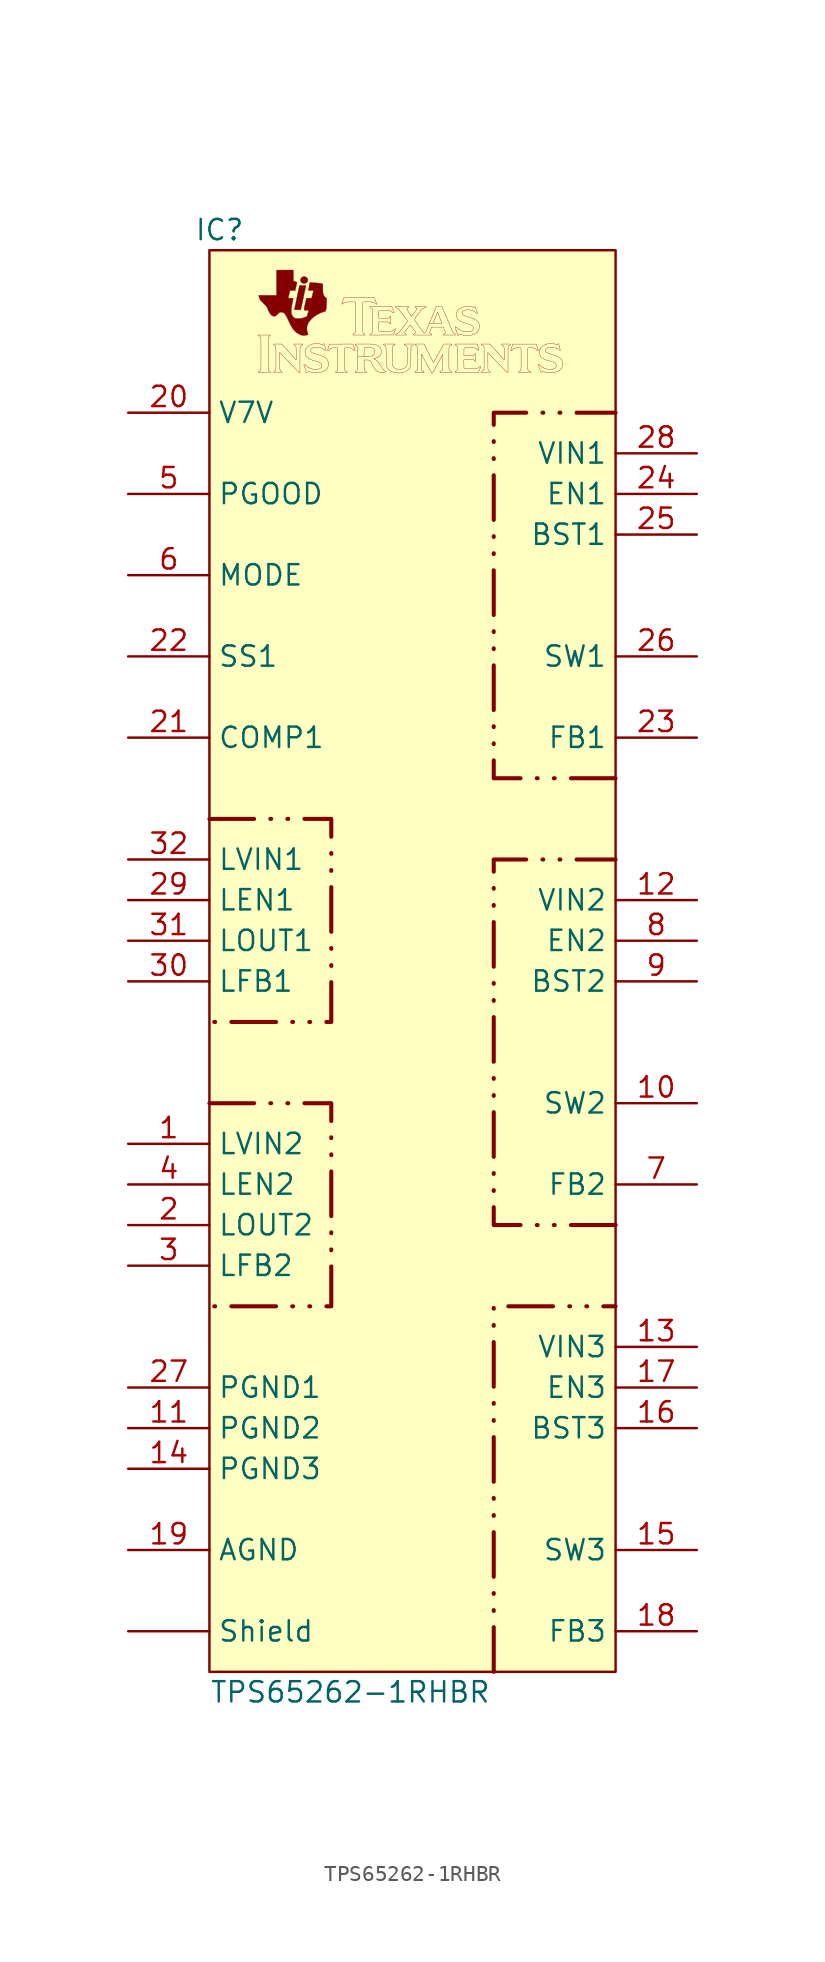
<source format=kicad_sym>
(kicad_symbol_lib
  (version 20241209)
  (generator "kicad_symbol_editor")
  (generator_version "9.0")
  (symbol "TPS65262-1RHBR"
    (property "Reference" "IC"
      (at 0.635 90.17 0)
      (effects (font (size 1.27 1.27))))
    (property "Value" "TPS65262-1RHBR"
      (at 0 -1.27 0)
      (effects (font (size 1.27 1.27)) (justify left)))
    (symbol "TPS65262-1RHBR_0_0"
      (polyline (pts (xy 3.81 81.28) (xy 3.808 81.298) (xy 3.8 81.311) (xy 3.781 81.322) (xy 3.766 81.331) (xy 3.723 81.366) (xy 3.69 81.413) (xy 3.673 81.444) (xy 3.673 82.436) (xy 3.673 83.429) (xy 3.69 83.46) (xy 3.699 83.476) (xy 3.736 83.519) (xy 3.781 83.551) (xy 3.802 83.566) (xy 3.81 83.581) (xy 3.81 83.584) (xy 3.808 83.587) (xy 3.804 83.59) (xy 3.796 83.592) (xy 3.782 83.593) (xy 3.762 83.595) (xy 3.734 83.596) (xy 3.697 83.596) (xy 3.649 83.596) (xy 3.59 83.597) (xy 3.517 83.597) (xy 3.43 83.597) (xy 3.051 83.597) (xy 3.054 83.58) (xy 3.057 83.572) (xy 3.071 83.56) (xy 3.098 83.548) (xy 3.111 83.542) (xy 3.143 83.524) (xy 3.17 83.502) (xy 3.176 83.496) (xy 3.183 83.49) (xy 3.19 83.483) (xy 3.196 83.475) (xy 3.2 83.466) (xy 3.205 83.455) (xy 3.209 83.44) (xy 3.212 83.422) (xy 3.215 83.398) (xy 3.217 83.369) (xy 3.219 83.333) (xy 3.221 83.29) (xy 3.222 83.239) (xy 3.223 83.179) (xy 3.223 83.109) (xy 3.224 83.028) (xy 3.224 82.936) (xy 3.224 82.832) (xy 3.224 82.714) (xy 3.224 82.583) (xy 3.224 82.436) (xy 3.224 82.32) (xy 3.224 82.185) (xy 3.224 82.065) (xy 3.224 81.958) (xy 3.224 81.863) (xy 3.223 81.78) (xy 3.223 81.708) (xy 3.222 81.646) (xy 3.221 81.593) (xy 3.219 81.548) (xy 3.218 81.511) (xy 3.215 81.481) (xy 3.213 81.456) (xy 3.209 81.436) (xy 3.206 81.421) (xy 3.201 81.409) (xy 3.197 81.4) (xy 3.191 81.392) (xy 3.185 81.385) (xy 3.178 81.378) (xy 3.17 81.37) (xy 3.159 81.361) (xy 3.129 81.34) (xy 3.098 81.325) (xy 3.078 81.317) (xy 3.063 81.308) (xy 3.056 81.298) (xy 3.054 81.281) (xy 3.051 81.253) (xy 3.431 81.253) (xy 3.81 81.253) (xy 3.81 81.28)) (stroke (width 0.01) (type default)) (fill (type color) (color 0 0 0 1)))
      (polyline (pts (xy 4.544 81.279) (xy 4.543 81.293) (xy 4.538 81.305) (xy 4.525 81.316) (xy 4.501 81.33) (xy 4.495 81.334) (xy 4.453 81.368) (xy 4.422 81.413) (xy 4.404 81.467) (xy 4.402 81.48) (xy 4.401 81.51) (xy 4.399 81.555) (xy 4.399 81.616) (xy 4.398 81.692) (xy 4.397 81.782) (xy 4.397 81.887) (xy 4.398 82.007) (xy 4.4 82.506) (xy 5 81.88) (xy 5.01 81.87) (xy 5.102 81.773) (xy 5.184 81.687) (xy 5.257 81.612) (xy 5.321 81.545) (xy 5.376 81.487) (xy 5.424 81.438) (xy 5.465 81.396) (xy 5.5 81.361) (xy 5.529 81.332) (xy 5.552 81.309) (xy 5.571 81.29) (xy 5.587 81.277) (xy 5.598 81.267) (xy 5.608 81.26) (xy 5.615 81.256) (xy 5.621 81.254) (xy 5.626 81.253) (xy 5.631 81.253) (xy 5.661 81.253) (xy 5.663 82.048) (xy 5.666 82.843) (xy 5.683 82.876) (xy 5.708 82.91) (xy 5.748 82.942) (xy 5.798 82.967) (xy 5.809 82.972) (xy 5.825 82.98) (xy 5.832 82.991) (xy 5.834 83.007) (xy 5.834 83.034) (xy 5.556 83.034) (xy 5.279 83.034) (xy 5.279 83.008) (xy 5.279 82.998) (xy 5.283 82.986) (xy 5.295 82.976) (xy 5.317 82.965) (xy 5.358 82.94) (xy 5.392 82.905) (xy 5.413 82.864) (xy 5.414 82.859) (xy 5.416 82.839) (xy 5.418 82.807) (xy 5.419 82.764) (xy 5.421 82.713) (xy 5.423 82.655) (xy 5.424 82.591) (xy 5.425 82.524) (xy 5.426 82.455) (xy 5.426 82.387) (xy 5.426 82.32) (xy 5.427 82.256) (xy 5.426 82.198) (xy 5.426 82.147) (xy 5.425 82.104) (xy 5.424 82.072) (xy 5.422 82.051) (xy 5.42 82.045) (xy 5.417 82.049) (xy 5.404 82.062) (xy 5.381 82.087) (xy 5.351 82.12) (xy 5.312 82.162) (xy 5.267 82.211) (xy 5.216 82.267) (xy 5.159 82.329) (xy 5.098 82.396) (xy 5.033 82.468) (xy 4.966 82.542) (xy 4.518 83.034) (xy 4.27 83.034) (xy 4.021 83.034) (xy 4.021 83.008) (xy 4.022 82.994) (xy 4.027 82.983) (xy 4.04 82.973) (xy 4.064 82.96) (xy 4.068 82.958) (xy 4.108 82.93) (xy 4.136 82.894) (xy 4.153 82.847) (xy 4.155 82.832) (xy 4.156 82.804) (xy 4.157 82.762) (xy 4.158 82.71) (xy 4.159 82.647) (xy 4.16 82.576) (xy 4.16 82.498) (xy 4.161 82.414) (xy 4.161 82.326) (xy 4.161 82.235) (xy 4.161 82.143) (xy 4.161 82.05) (xy 4.161 81.96) (xy 4.161 81.872) (xy 4.16 81.788) (xy 4.16 81.71) (xy 4.159 81.639) (xy 4.158 81.576) (xy 4.157 81.524) (xy 4.156 81.483) (xy 4.155 81.454) (xy 4.153 81.44) (xy 4.152 81.436) (xy 4.134 81.39) (xy 4.106 81.354) (xy 4.064 81.327) (xy 4.042 81.315) (xy 4.028 81.305) (xy 4.022 81.294) (xy 4.021 81.279) (xy 4.021 81.253) (xy 4.283 81.253) (xy 4.544 81.253) (xy 4.544 81.279)) (stroke (width 0.01) (type default)) (fill (type color) (color 0 0 0 1)))
      (polyline (pts (xy 5.731 85.255) (xy 5.734 85.27) (xy 5.744 85.317) (xy 5.755 85.365) (xy 5.763 85.405) (xy 5.764 85.411) (xy 5.783 85.501) (xy 5.8 85.578) (xy 5.813 85.643) (xy 5.825 85.7) (xy 5.826 85.705) (xy 5.833 85.737) (xy 5.843 85.781) (xy 5.853 85.831) (xy 5.865 85.886) (xy 5.876 85.941) (xy 5.877 85.946) (xy 5.889 86.003) (xy 5.901 86.061) (xy 5.913 86.117) (xy 5.923 86.165) (xy 5.931 86.202) (xy 5.939 86.238) (xy 5.947 86.277) (xy 5.954 86.309) (xy 5.959 86.331) (xy 5.96 86.336) (xy 5.965 86.361) (xy 5.972 86.395) (xy 5.981 86.436) (xy 5.99 86.48) (xy 5.993 86.493) (xy 6.002 86.536) (xy 6.01 86.577) (xy 6.017 86.61) (xy 6.022 86.632) (xy 6.024 86.645) (xy 6.029 86.669) (xy 6.034 86.685) (xy 6.034 86.686) (xy 6.034 86.69) (xy 6.03 86.693) (xy 6.021 86.695) (xy 6.005 86.697) (xy 5.98 86.698) (xy 5.944 86.698) (xy 5.897 86.698) (xy 5.836 86.698) (xy 5.633 86.698) (xy 5.612 86.595) (xy 5.602 86.551) (xy 5.592 86.503) (xy 5.583 86.459) (xy 5.576 86.425) (xy 5.575 86.421) (xy 5.568 86.389) (xy 5.56 86.354) (xy 5.552 86.313) (xy 5.541 86.264) (xy 5.529 86.204) (xy 5.513 86.132) (xy 5.511 86.119) (xy 5.501 86.073) (xy 5.49 86.025) (xy 5.482 85.984) (xy 5.48 85.976) (xy 5.474 85.945) (xy 5.465 85.903) (xy 5.454 85.851) (xy 5.442 85.793) (xy 5.429 85.731) (xy 5.415 85.667) (xy 5.411 85.647) (xy 5.397 85.581) (xy 5.384 85.518) (xy 5.371 85.458) (xy 5.36 85.405) (xy 5.351 85.362) (xy 5.344 85.331) (xy 5.338 85.299) (xy 5.33 85.261) (xy 5.323 85.229) (xy 5.319 85.208) (xy 5.312 85.175) (xy 5.513 85.175) (xy 5.714 85.175) (xy 5.731 85.255)) (stroke (width 0.01) (type default)) (fill (type outline)))
      (polyline (pts (xy 5.942 83.572) (xy 6.006 83.579) (xy 6.07 83.59) (xy 6.131 83.606) (xy 6.183 83.621) (xy 6.156 83.683) (xy 6.156 83.684) (xy 6.134 83.746) (xy 6.116 83.817) (xy 6.103 83.893) (xy 6.096 83.969) (xy 6.094 84.04) (xy 6.099 84.102) (xy 6.109 84.155) (xy 6.137 84.245) (xy 6.177 84.333) (xy 6.23 84.421) (xy 6.298 84.508) (xy 6.38 84.598) (xy 6.442 84.657) (xy 6.509 84.716) (xy 6.577 84.768) (xy 6.649 84.817) (xy 6.676 84.833) (xy 6.719 84.858) (xy 6.766 84.885) (xy 6.813 84.911) (xy 6.856 84.934) (xy 6.893 84.953) (xy 6.92 84.965) (xy 6.938 84.973) (xy 6.967 84.986) (xy 6.99 84.997) (xy 7 85.001) (xy 7.025 85.01) (xy 7.059 85.023) (xy 7.1 85.037) (xy 7.144 85.052) (xy 7.272 85.093) (xy 7.279 85.12) (xy 7.282 85.135) (xy 7.288 85.163) (xy 7.296 85.199) (xy 7.303 85.237) (xy 7.303 85.238) (xy 7.308 85.263) (xy 7.311 85.288) (xy 7.315 85.314) (xy 7.317 85.344) (xy 7.319 85.38) (xy 7.321 85.423) (xy 7.322 85.475) (xy 7.323 85.539) (xy 7.324 85.617) (xy 7.327 85.906) (xy 7.295 85.921) (xy 7.268 85.937) (xy 7.237 85.965) (xy 7.205 85.999) (xy 7.177 86.036) (xy 7.155 86.072) (xy 7.152 86.079) (xy 7.136 86.113) (xy 7.124 86.148) (xy 7.114 86.184) (xy 7.106 86.225) (xy 7.1 86.273) (xy 7.096 86.328) (xy 7.093 86.393) (xy 7.092 86.469) (xy 7.091 86.56) (xy 7.091 86.785) (xy 7.064 86.797) (xy 7.054 86.801) (xy 7.014 86.812) (xy 6.962 86.823) (xy 6.898 86.833) (xy 6.825 86.843) (xy 6.744 86.851) (xy 6.658 86.859) (xy 6.567 86.865) (xy 6.475 86.87) (xy 6.382 86.873) (xy 6.38 86.873) (xy 6.339 86.874) (xy 6.31 86.874) (xy 6.292 86.873) (xy 6.282 86.87) (xy 6.277 86.866) (xy 6.275 86.859) (xy 6.27 86.834) (xy 6.261 86.788) (xy 6.251 86.731) (xy 6.239 86.663) (xy 6.235 86.635) (xy 6.226 86.582) (xy 6.216 86.528) (xy 6.208 86.481) (xy 6.203 86.448) (xy 6.198 86.417) (xy 6.194 86.395) (xy 6.193 86.385) (xy 6.193 86.385) (xy 6.204 86.383) (xy 6.227 86.381) (xy 6.261 86.379) (xy 6.304 86.378) (xy 6.354 86.378) (xy 6.514 86.378) (xy 6.509 86.361) (xy 6.508 86.359) (xy 6.504 86.345) (xy 6.497 86.318) (xy 6.487 86.28) (xy 6.476 86.234) (xy 6.462 86.181) (xy 6.448 86.124) (xy 6.392 85.905) (xy 6.23 85.903) (xy 6.215 85.903) (xy 6.168 85.902) (xy 6.128 85.901) (xy 6.096 85.9) (xy 6.075 85.899) (xy 6.068 85.897) (xy 6.067 85.895) (xy 6.064 85.88) (xy 6.058 85.852) (xy 6.048 85.812) (xy 6.037 85.764) (xy 6.024 85.707) (xy 6.009 85.644) (xy 5.993 85.575) (xy 5.985 85.543) (xy 5.966 85.458) (xy 5.949 85.387) (xy 5.937 85.328) (xy 5.928 85.28) (xy 5.923 85.242) (xy 5.922 85.212) (xy 5.924 85.19) (xy 5.93 85.174) (xy 5.939 85.163) (xy 5.952 85.156) (xy 5.969 85.152) (xy 5.989 85.148) (xy 6.008 85.147) (xy 6.04 85.145) (xy 6.079 85.144) (xy 6.12 85.144) (xy 6.157 85.143) (xy 6.188 85.142) (xy 6.209 85.139) (xy 6.216 85.136) (xy 6.215 85.127) (xy 6.209 85.111) (xy 6.208 85.108) (xy 6.202 85.091) (xy 6.193 85.063) (xy 6.181 85.027) (xy 6.169 84.987) (xy 6.168 84.984) (xy 6.154 84.939) (xy 6.14 84.894) (xy 6.127 84.853) (xy 6.117 84.822) (xy 6.098 84.762) (xy 6.018 84.727) (xy 5.982 84.712) (xy 5.881 84.674) (xy 5.783 84.648) (xy 5.684 84.631) (xy 5.58 84.623) (xy 5.503 84.622) (xy 5.436 84.628) (xy 5.379 84.641) (xy 5.329 84.661) (xy 5.284 84.69) (xy 5.241 84.729) (xy 5.237 84.733) (xy 5.192 84.79) (xy 5.157 84.858) (xy 5.13 84.938) (xy 5.125 84.958) (xy 5.12 84.982) (xy 5.117 85.006) (xy 5.116 85.035) (xy 5.117 85.072) (xy 5.118 85.12) (xy 5.12 85.161) (xy 5.122 85.199) (xy 5.124 85.232) (xy 5.126 85.264) (xy 5.13 85.295) (xy 5.135 85.329) (xy 5.141 85.367) (xy 5.149 85.412) (xy 5.158 85.466) (xy 5.171 85.531) (xy 5.186 85.609) (xy 5.186 85.611) (xy 5.198 85.675) (xy 5.21 85.734) (xy 5.22 85.787) (xy 5.228 85.831) (xy 5.234 85.865) (xy 5.238 85.888) (xy 5.24 85.896) (xy 5.239 85.897) (xy 5.23 85.898) (xy 5.207 85.9) (xy 5.174 85.901) (xy 5.132 85.901) (xy 5.085 85.901) (xy 5.077 85.901) (xy 5.03 85.902) (xy 4.989 85.902) (xy 4.957 85.903) (xy 4.935 85.904) (xy 4.926 85.905) (xy 4.926 85.907) (xy 4.928 85.92) (xy 4.933 85.946) (xy 4.941 85.981) (xy 4.952 86.023) (xy 4.964 86.071) (xy 4.965 86.077) (xy 4.979 86.131) (xy 4.993 86.184) (xy 5.005 86.234) (xy 5.016 86.276) (xy 5.023 86.306) (xy 5.04 86.378) (xy 5.202 86.378) (xy 5.364 86.378) (xy 5.379 86.45) (xy 5.38 86.452) (xy 5.386 86.483) (xy 5.396 86.525) (xy 5.407 86.575) (xy 5.419 86.629) (xy 5.431 86.683) (xy 5.433 86.693) (xy 5.444 86.743) (xy 5.453 86.789) (xy 5.462 86.828) (xy 5.467 86.857) (xy 5.471 86.874) (xy 5.475 86.906) (xy 5.399 86.927) (xy 5.38 86.933) (xy 5.343 86.945) (xy 5.31 86.957) (xy 5.287 86.967) (xy 5.252 86.985) (xy 5.25 87.324) (xy 5.247 87.663) (xy 4.724 87.661) (xy 4.201 87.659) (xy 4.201 86.87) (xy 4.201 86.081) (xy 3.642 86.081) (xy 3.606 86.081) (xy 3.506 86.081) (xy 3.414 86.081) (xy 3.332 86.08) (xy 3.26 86.079) (xy 3.199 86.079) (xy 3.15 86.078) (xy 3.113 86.077) (xy 3.091 86.075) (xy 3.083 86.074) (xy 3.085 86.061) (xy 3.089 86.034) (xy 3.096 86.001) (xy 3.105 85.965) (xy 3.114 85.931) (xy 3.123 85.905) (xy 3.15 85.847) (xy 3.192 85.781) (xy 3.247 85.713) (xy 3.313 85.644) (xy 3.373 85.587) (xy 3.435 85.526) (xy 3.486 85.475) (xy 3.527 85.432) (xy 3.559 85.398) (xy 3.581 85.372) (xy 3.594 85.354) (xy 3.6 85.341) (xy 3.614 85.312) (xy 3.628 85.276) (xy 3.642 85.239) (xy 3.667 85.173) (xy 3.708 85.083) (xy 3.752 85.002) (xy 3.799 84.93) (xy 3.848 84.871) (xy 3.897 84.824) (xy 3.947 84.792) (xy 3.955 84.788) (xy 3.981 84.779) (xy 4.008 84.774) (xy 4.044 84.773) (xy 4.045 84.773) (xy 4.076 84.774) (xy 4.104 84.779) (xy 4.129 84.788) (xy 4.155 84.804) (xy 4.185 84.827) (xy 4.219 84.859) (xy 4.262 84.901) (xy 4.291 84.93) (xy 4.331 84.966) (xy 4.365 84.993) (xy 4.397 85.011) (xy 4.429 85.022) (xy 4.464 85.028) (xy 4.505 85.029) (xy 4.539 85.028) (xy 4.588 85.016) (xy 4.634 84.994) (xy 4.678 84.96) (xy 4.721 84.912) (xy 4.767 84.85) (xy 4.782 84.825) (xy 4.804 84.787) (xy 4.828 84.742) (xy 4.855 84.691) (xy 4.882 84.637) (xy 4.908 84.584) (xy 4.931 84.534) (xy 4.95 84.491) (xy 4.954 84.483) (xy 4.97 84.45) (xy 4.99 84.407) (xy 5.014 84.359) (xy 5.04 84.307) (xy 5.066 84.255) (xy 5.092 84.205) (xy 5.115 84.16) (xy 5.134 84.124) (xy 5.149 84.099) (xy 5.207 84.009) (xy 5.274 83.922) (xy 5.345 83.842) (xy 5.417 83.775) (xy 5.449 83.749) (xy 5.532 83.692) (xy 5.622 83.643) (xy 5.715 83.604) (xy 5.806 83.577) (xy 5.831 83.573) (xy 5.882 83.57) (xy 5.942 83.572)) (stroke (width 0.01) (type default)) (fill (type outline)))
      (polyline (pts (xy 5.989 86.83) (xy 6.044 86.853) (xy 6.094 86.891) (xy 6.115 86.915) (xy 6.141 86.961) (xy 6.154 87.012) (xy 6.152 87.065) (xy 6.135 87.117) (xy 6.13 87.128) (xy 6.096 87.178) (xy 6.053 87.215) (xy 6.001 87.239) (xy 5.94 87.251) (xy 5.924 87.251) (xy 5.865 87.246) (xy 5.811 87.226) (xy 5.766 87.196) (xy 5.731 87.154) (xy 5.707 87.104) (xy 5.695 87.045) (xy 5.694 87.032) (xy 5.699 86.98) (xy 5.716 86.936) (xy 5.748 86.895) (xy 5.776 86.87) (xy 5.825 86.841) (xy 5.882 86.825) (xy 5.928 86.822) (xy 5.989 86.83)) (stroke (width 0.01) (type default)) (fill (type outline)))
      (polyline (pts (xy 6.103 81.257) (xy 6.119 81.268) (xy 6.13 81.279) (xy 6.141 81.284) (xy 6.149 81.287) (xy 6.163 81.297) (xy 6.164 81.298) (xy 6.171 81.303) (xy 6.18 81.305) (xy 6.194 81.305) (xy 6.216 81.302) (xy 6.248 81.297) (xy 6.293 81.289) (xy 6.346 81.28) (xy 6.428 81.268) (xy 6.503 81.26) (xy 6.575 81.255) (xy 6.651 81.254) (xy 6.735 81.255) (xy 6.832 81.26) (xy 6.936 81.272) (xy 7.029 81.291) (xy 7.111 81.317) (xy 7.184 81.351) (xy 7.248 81.394) (xy 7.307 81.444) (xy 7.325 81.463) (xy 7.363 81.507) (xy 7.391 81.549) (xy 7.411 81.595) (xy 7.428 81.648) (xy 7.441 81.729) (xy 7.443 81.813) (xy 7.431 81.896) (xy 7.407 81.975) (xy 7.37 82.047) (xy 7.323 82.11) (xy 7.305 82.129) (xy 7.264 82.166) (xy 7.218 82.2) (xy 7.165 82.231) (xy 7.105 82.262) (xy 7.034 82.291) (xy 6.952 82.321) (xy 6.858 82.351) (xy 6.749 82.382) (xy 6.708 82.394) (xy 6.624 82.419) (xy 6.552 82.441) (xy 6.494 82.462) (xy 6.446 82.483) (xy 6.409 82.503) (xy 6.381 82.523) (xy 6.361 82.545) (xy 6.347 82.568) (xy 6.339 82.594) (xy 6.335 82.624) (xy 6.335 82.624) (xy 6.335 82.655) (xy 6.34 82.679) (xy 6.351 82.702) (xy 6.375 82.734) (xy 6.418 82.768) (xy 6.474 82.795) (xy 6.543 82.815) (xy 6.623 82.827) (xy 6.714 82.831) (xy 6.742 82.831) (xy 6.849 82.822) (xy 6.949 82.8) (xy 7.04 82.767) (xy 7.123 82.723) (xy 7.195 82.667) (xy 7.215 82.65) (xy 7.234 82.636) (xy 7.25 82.63) (xy 7.269 82.628) (xy 7.3 82.628) (xy 7.241 82.846) (xy 7.182 83.064) (xy 7.153 83.049) (xy 7.148 83.046) (xy 7.13 83.032) (xy 7.12 83.019) (xy 7.119 83.013) (xy 7.114 83.007) (xy 7.104 83.004) (xy 7.089 83.005) (xy 7.064 83.008) (xy 7.029 83.015) (xy 6.98 83.026) (xy 6.919 83.039) (xy 6.835 83.054) (xy 6.76 83.062) (xy 6.689 83.065) (xy 6.622 83.062) (xy 6.552 83.054) (xy 6.499 83.045) (xy 6.4 83.018) (xy 6.309 82.982) (xy 6.227 82.938) (xy 6.156 82.885) (xy 6.095 82.826) (xy 6.047 82.76) (xy 6.012 82.688) (xy 5.99 82.611) (xy 5.982 82.53) (xy 5.983 82.503) (xy 5.994 82.417) (xy 6.019 82.339) (xy 6.058 82.267) (xy 6.109 82.204) (xy 6.171 82.151) (xy 6.178 82.146) (xy 6.216 82.122) (xy 6.255 82.1) (xy 6.297 82.079) (xy 6.345 82.059) (xy 6.401 82.04) (xy 6.465 82.019) (xy 6.542 81.997) (xy 6.631 81.972) (xy 6.655 81.966) (xy 6.73 81.945) (xy 6.792 81.926) (xy 6.843 81.907) (xy 6.885 81.889) (xy 6.92 81.871) (xy 6.949 81.851) (xy 6.96 81.842) (xy 6.999 81.802) (xy 7.024 81.756) (xy 7.036 81.708) (xy 7.035 81.659) (xy 7.021 81.612) (xy 6.995 81.568) (xy 6.957 81.529) (xy 6.906 81.498) (xy 6.873 81.484) (xy 6.835 81.472) (xy 6.793 81.464) (xy 6.744 81.459) (xy 6.686 81.457) (xy 6.615 81.458) (xy 6.587 81.459) (xy 6.538 81.461) (xy 6.498 81.464) (xy 6.465 81.468) (xy 6.434 81.474) (xy 6.402 81.482) (xy 6.383 81.487) (xy 6.278 81.526) (xy 6.178 81.578) (xy 6.086 81.643) (xy 6.003 81.721) (xy 5.951 81.777) (xy 5.928 81.765) (xy 5.927 81.764) (xy 5.91 81.754) (xy 5.901 81.746) (xy 5.901 81.744) (xy 5.905 81.728) (xy 5.914 81.7) (xy 5.926 81.662) (xy 5.941 81.616) (xy 5.959 81.564) (xy 5.979 81.506) (xy 5.989 81.476) (xy 6.009 81.421) (xy 6.026 81.371) (xy 6.041 81.328) (xy 6.053 81.294) (xy 6.061 81.272) (xy 6.064 81.263) (xy 6.069 81.257) (xy 6.084 81.253) (xy 6.103 81.257)) (stroke (width 0.01) (type default)) (fill (type color) (color 0 0 0 1)))
      (polyline (pts (xy 8.615 81.279) (xy 8.615 81.281) (xy 8.614 81.295) (xy 8.608 81.305) (xy 8.594 81.313) (xy 8.568 81.322) (xy 8.552 81.329) (xy 8.511 81.35) (xy 8.482 81.377) (xy 8.461 81.411) (xy 8.46 81.416) (xy 8.457 81.423) (xy 8.455 81.433) (xy 8.453 81.445) (xy 8.452 81.462) (xy 8.45 81.483) (xy 8.449 81.511) (xy 8.448 81.546) (xy 8.448 81.59) (xy 8.447 81.643) (xy 8.447 81.706) (xy 8.446 81.78) (xy 8.446 81.867) (xy 8.445 81.968) (xy 8.445 82.083) (xy 8.445 82.113) (xy 8.444 82.244) (xy 8.444 82.359) (xy 8.444 82.459) (xy 8.445 82.544) (xy 8.446 82.614) (xy 8.447 82.67) (xy 8.448 82.712) (xy 8.449 82.739) (xy 8.451 82.753) (xy 8.453 82.758) (xy 8.463 82.779) (xy 8.476 82.793) (xy 8.481 82.794) (xy 8.502 82.797) (xy 8.538 82.799) (xy 8.588 82.799) (xy 8.653 82.798) (xy 8.686 82.797) (xy 8.744 82.795) (xy 8.791 82.792) (xy 8.828 82.786) (xy 8.859 82.778) (xy 8.886 82.767) (xy 8.911 82.752) (xy 8.938 82.734) (xy 8.941 82.73) (xy 8.962 82.711) (xy 8.988 82.684) (xy 9.014 82.653) (xy 9.039 82.623) (xy 9.057 82.598) (xy 9.059 82.598) (xy 9.07 82.602) (xy 9.087 82.61) (xy 9.103 82.618) (xy 9.113 82.624) (xy 9.113 82.624) (xy 9.111 82.633) (xy 9.104 82.655) (xy 9.093 82.687) (xy 9.079 82.728) (xy 9.062 82.777) (xy 9.044 82.83) (xy 8.972 83.034) (xy 8.238 83.032) (xy 7.503 83.03) (xy 7.446 82.828) (xy 7.441 82.808) (xy 7.425 82.751) (xy 7.413 82.707) (xy 7.404 82.674) (xy 7.399 82.65) (xy 7.396 82.634) (xy 7.396 82.623) (xy 7.398 82.616) (xy 7.401 82.611) (xy 7.406 82.606) (xy 7.412 82.605) (xy 7.421 82.608) (xy 7.434 82.619) (xy 7.454 82.638) (xy 7.483 82.666) (xy 7.5 82.683) (xy 7.548 82.725) (xy 7.595 82.757) (xy 7.644 82.778) (xy 7.696 82.791) (xy 7.708 82.793) (xy 7.739 82.796) (xy 7.777 82.798) (xy 7.821 82.799) (xy 7.866 82.8) (xy 7.91 82.8) (xy 7.951 82.798) (xy 7.985 82.796) (xy 8.008 82.794) (xy 8.02 82.79) (xy 8.02 82.789) (xy 8.022 82.774) (xy 8.023 82.746) (xy 8.025 82.706) (xy 8.026 82.654) (xy 8.027 82.593) (xy 8.028 82.523) (xy 8.028 82.447) (xy 8.029 82.365) (xy 8.029 82.279) (xy 8.03 82.19) (xy 8.03 82.1) (xy 8.03 82.01) (xy 8.029 81.921) (xy 8.029 81.835) (xy 8.028 81.753) (xy 8.028 81.677) (xy 8.027 81.608) (xy 8.026 81.546) (xy 8.025 81.495) (xy 8.023 81.454) (xy 8.022 81.426) (xy 8.02 81.412) (xy 8.02 81.41) (xy 8.002 81.371) (xy 7.971 81.34) (xy 7.928 81.319) (xy 7.91 81.313) (xy 7.895 81.305) (xy 7.889 81.296) (xy 7.888 81.279) (xy 7.888 81.253) (xy 8.252 81.253) (xy 8.615 81.253) (xy 8.615 81.279)) (stroke (width 0.01) (type default)) (fill (type color) (color 0 0 0 1)))
      (polyline (pts (xy 9.732 83.623) (xy 9.732 83.627) (xy 9.729 83.643) (xy 9.72 83.653) (xy 9.699 83.664) (xy 9.657 83.688) (xy 9.624 83.721) (xy 9.602 83.763) (xy 9.601 83.767) (xy 9.598 83.775) (xy 9.597 83.784) (xy 9.595 83.796) (xy 9.594 83.811) (xy 9.592 83.831) (xy 9.591 83.855) (xy 9.591 83.886) (xy 9.59 83.924) (xy 9.589 83.97) (xy 9.589 84.024) (xy 9.588 84.088) (xy 9.588 84.162) (xy 9.588 84.247) (xy 9.588 84.345) (xy 9.588 84.456) (xy 9.588 84.58) (xy 9.588 84.72) (xy 9.588 85.635) (xy 9.605 85.653) (xy 9.608 85.656) (xy 9.613 85.66) (xy 9.62 85.664) (xy 9.63 85.666) (xy 9.645 85.668) (xy 9.666 85.669) (xy 9.697 85.67) (xy 9.737 85.671) (xy 9.789 85.671) (xy 9.856 85.67) (xy 9.9 85.67) (xy 9.967 85.669) (xy 10.022 85.668) (xy 10.067 85.666) (xy 10.103 85.664) (xy 10.134 85.661) (xy 10.162 85.656) (xy 10.212 85.645) (xy 10.277 85.623) (xy 10.334 85.593) (xy 10.379 85.559) (xy 10.393 85.546) (xy 10.415 85.531) (xy 10.435 85.526) (xy 10.452 85.529) (xy 10.459 85.536) (xy 10.459 85.537) (xy 10.456 85.548) (xy 10.448 85.571) (xy 10.437 85.604) (xy 10.423 85.644) (xy 10.407 85.689) (xy 10.39 85.736) (xy 10.373 85.783) (xy 10.357 85.827) (xy 10.342 85.867) (xy 10.33 85.899) (xy 10.321 85.921) (xy 10.316 85.931) (xy 10.314 85.932) (xy 10.307 85.933) (xy 10.293 85.934) (xy 10.271 85.936) (xy 10.242 85.936) (xy 10.205 85.937) (xy 10.158 85.938) (xy 10.101 85.938) (xy 10.033 85.939) (xy 9.954 85.939) (xy 9.862 85.939) (xy 9.758 85.939) (xy 9.641 85.939) (xy 9.509 85.939) (xy 9.362 85.939) (xy 8.416 85.937) (xy 8.348 85.749) (xy 8.339 85.725) (xy 8.318 85.667) (xy 8.301 85.622) (xy 8.289 85.587) (xy 8.281 85.562) (xy 8.275 85.545) (xy 8.273 85.535) (xy 8.273 85.529) (xy 8.275 85.527) (xy 8.279 85.526) (xy 8.279 85.526) (xy 8.29 85.532) (xy 8.309 85.544) (xy 8.332 85.561) (xy 8.345 85.571) (xy 8.381 85.596) (xy 8.417 85.616) (xy 8.457 85.632) (xy 8.501 85.645) (xy 8.551 85.655) (xy 8.61 85.662) (xy 8.678 85.667) (xy 8.759 85.669) (xy 8.853 85.67) (xy 8.876 85.67) (xy 8.944 85.67) (xy 8.998 85.67) (xy 9.04 85.668) (xy 9.073 85.666) (xy 9.097 85.662) (xy 9.113 85.657) (xy 9.125 85.65) (xy 9.132 85.641) (xy 9.138 85.629) (xy 9.138 85.629) (xy 9.139 85.619) (xy 9.141 85.599) (xy 9.142 85.567) (xy 9.143 85.524) (xy 9.143 85.469) (xy 9.144 85.401) (xy 9.145 85.32) (xy 9.145 85.226) (xy 9.145 85.118) (xy 9.145 84.995) (xy 9.145 84.858) (xy 9.144 84.706) (xy 9.142 83.804) (xy 9.121 83.76) (xy 9.118 83.755) (xy 9.093 83.717) (xy 9.059 83.688) (xy 9.014 83.666) (xy 9.004 83.663) (xy 8.987 83.654) (xy 8.979 83.643) (xy 8.976 83.625) (xy 8.973 83.597) (xy 9.353 83.597) (xy 9.732 83.597) (xy 9.732 83.623)) (stroke (width 0.01) (type default)) (fill (type color) (color 0 0 0 1)))
      (polyline (pts (xy 9.818 81.28) (xy 9.817 81.293) (xy 9.812 81.304) (xy 9.8 81.314) (xy 9.776 81.326) (xy 9.76 81.334) (xy 9.733 81.352) (xy 9.714 81.371) (xy 9.712 81.374) (xy 9.703 81.388) (xy 9.695 81.403) (xy 9.688 81.421) (xy 9.683 81.443) (xy 9.68 81.471) (xy 9.677 81.507) (xy 9.675 81.552) (xy 9.674 81.607) (xy 9.674 81.675) (xy 9.674 81.757) (xy 9.674 82.038) (xy 9.806 82.038) (xy 9.825 82.038) (xy 9.87 82.037) (xy 9.903 82.036) (xy 9.928 82.034) (xy 9.947 82.031) (xy 9.962 82.026) (xy 9.978 82.02) (xy 9.981 82.018) (xy 10.01 82.004) (xy 10.035 81.987) (xy 10.059 81.968) (xy 10.082 81.943) (xy 10.105 81.912) (xy 10.13 81.872) (xy 10.158 81.823) (xy 10.189 81.763) (xy 10.226 81.69) (xy 10.241 81.661) (xy 10.278 81.588) (xy 10.31 81.53) (xy 10.337 81.486) (xy 10.359 81.455) (xy 10.402 81.406) (xy 10.467 81.349) (xy 10.537 81.306) (xy 10.614 81.276) (xy 10.699 81.258) (xy 10.793 81.253) (xy 10.839 81.254) (xy 10.903 81.26) (xy 10.958 81.271) (xy 11.008 81.29) (xy 11.028 81.299) (xy 11.047 81.312) (xy 11.053 81.324) (xy 11.049 81.334) (xy 11.034 81.339) (xy 11.017 81.34) (xy 10.976 81.353) (xy 10.933 81.379) (xy 10.892 81.414) (xy 10.853 81.458) (xy 10.841 81.475) (xy 10.82 81.506) (xy 10.795 81.545) (xy 10.769 81.588) (xy 10.742 81.632) (xy 10.73 81.651) (xy 10.691 81.716) (xy 10.657 81.77) (xy 10.627 81.815) (xy 10.6 81.854) (xy 10.574 81.889) (xy 10.548 81.921) (xy 10.537 81.933) (xy 10.489 81.981) (xy 10.435 82.027) (xy 10.379 82.067) (xy 10.326 82.097) (xy 10.32 82.1) (xy 10.295 82.113) (xy 10.278 82.123) (xy 10.271 82.128) (xy 10.272 82.129) (xy 10.28 82.132) (xy 10.3 82.137) (xy 10.327 82.142) (xy 10.373 82.151) (xy 10.448 82.173) (xy 10.517 82.201) (xy 10.58 82.234) (xy 10.632 82.27) (xy 10.672 82.309) (xy 10.702 82.352) (xy 10.73 82.411) (xy 10.749 82.472) (xy 10.751 82.481) (xy 10.755 82.526) (xy 10.755 82.578) (xy 10.751 82.63) (xy 10.743 82.678) (xy 10.733 82.716) (xy 10.714 82.758) (xy 10.671 82.824) (xy 10.616 82.882) (xy 10.547 82.931) (xy 10.467 82.97) (xy 10.373 83.001) (xy 10.266 83.022) (xy 10.265 83.023) (xy 10.246 83.025) (xy 10.224 83.027) (xy 10.196 83.029) (xy 10.162 83.03) (xy 10.121 83.031) (xy 10.071 83.032) (xy 10.012 83.033) (xy 9.941 83.034) (xy 9.858 83.034) (xy 9.762 83.034) (xy 9.652 83.034) (xy 9.115 83.034) (xy 9.115 83.007) (xy 9.115 82.998) (xy 9.119 82.985) (xy 9.13 82.976) (xy 9.152 82.967) (xy 9.153 82.966) (xy 9.197 82.941) (xy 9.23 82.906) (xy 9.251 82.861) (xy 9.254 82.847) (xy 9.256 82.818) (xy 9.258 82.776) (xy 9.259 82.722) (xy 9.261 82.659) (xy 9.262 82.587) (xy 9.263 82.507) (xy 9.264 82.422) (xy 9.265 82.333) (xy 9.265 82.243) (xy 9.668 82.243) (xy 9.671 82.5) (xy 9.672 82.554) (xy 9.673 82.614) (xy 9.674 82.663) (xy 9.675 82.7) (xy 9.676 82.728) (xy 9.678 82.749) (xy 9.681 82.763) (xy 9.684 82.774) (xy 9.688 82.783) (xy 9.691 82.789) (xy 9.702 82.803) (xy 9.715 82.813) (xy 9.734 82.821) (xy 9.76 82.826) (xy 9.795 82.829) (xy 9.842 82.831) (xy 9.902 82.831) (xy 9.941 82.831) (xy 10.011 82.829) (xy 10.069 82.824) (xy 10.117 82.816) (xy 10.157 82.804) (xy 10.192 82.788) (xy 10.224 82.767) (xy 10.255 82.741) (xy 10.282 82.712) (xy 10.317 82.659) (xy 10.338 82.602) (xy 10.346 82.543) (xy 10.34 82.483) (xy 10.319 82.426) (xy 10.315 82.419) (xy 10.291 82.388) (xy 10.259 82.356) (xy 10.223 82.327) (xy 10.187 82.305) (xy 10.161 82.293) (xy 10.125 82.279) (xy 10.09 82.268) (xy 10.072 82.263) (xy 10.05 82.258) (xy 10.026 82.255) (xy 9.997 82.252) (xy 9.96 82.25) (xy 9.912 82.248) (xy 9.851 82.247) (xy 9.668 82.243) (xy 9.265 82.243) (xy 9.265 82.241) (xy 9.265 82.147) (xy 9.265 82.053) (xy 9.265 81.961) (xy 9.264 81.871) (xy 9.263 81.786) (xy 9.262 81.706) (xy 9.261 81.633) (xy 9.259 81.569) (xy 9.258 81.515) (xy 9.256 81.472) (xy 9.254 81.442) (xy 9.251 81.426) (xy 9.251 81.425) (xy 9.229 81.38) (xy 9.196 81.345) (xy 9.152 81.32) (xy 9.139 81.315) (xy 9.123 81.306) (xy 9.116 81.296) (xy 9.115 81.279) (xy 9.115 81.253) (xy 9.467 81.253) (xy 9.818 81.253) (xy 9.818 81.28)) (stroke (width 0.01) (type default)) (fill (type color) (color 0 0 0 1)))
      (polyline (pts (xy 10.776 83.599) (xy 11.523 83.601) (xy 11.58 83.784) (xy 11.594 83.829) (xy 11.609 83.882) (xy 11.62 83.923) (xy 11.627 83.953) (xy 11.629 83.974) (xy 11.628 83.987) (xy 11.623 83.993) (xy 11.614 83.995) (xy 11.612 83.994) (xy 11.599 83.986) (xy 11.579 83.97) (xy 11.556 83.949) (xy 11.553 83.947) (xy 11.521 83.921) (xy 11.486 83.897) (xy 11.455 83.879) (xy 11.449 83.876) (xy 11.427 83.865) (xy 11.405 83.857) (xy 11.382 83.85) (xy 11.357 83.844) (xy 11.328 83.84) (xy 11.292 83.837) (xy 11.249 83.834) (xy 11.197 83.833) (xy 11.135 83.832) (xy 11.06 83.831) (xy 10.971 83.831) (xy 10.936 83.831) (xy 10.867 83.832) (xy 10.803 83.832) (xy 10.747 83.832) (xy 10.699 83.833) (xy 10.661 83.834) (xy 10.636 83.835) (xy 10.625 83.836) (xy 10.623 83.837) (xy 10.613 83.84) (xy 10.605 83.846) (xy 10.598 83.856) (xy 10.593 83.871) (xy 10.59 83.892) (xy 10.587 83.922) (xy 10.585 83.961) (xy 10.584 84.011) (xy 10.584 84.075) (xy 10.584 84.152) (xy 10.584 84.418) (xy 10.879 84.416) (xy 11.174 84.413) (xy 11.213 84.394) (xy 11.213 84.393) (xy 11.239 84.378) (xy 11.256 84.36) (xy 11.271 84.333) (xy 11.28 84.316) (xy 11.29 84.3) (xy 11.301 84.294) (xy 11.316 84.292) (xy 11.342 84.292) (xy 11.342 84.53) (xy 11.342 84.769) (xy 11.315 84.769) (xy 11.3 84.768) (xy 11.288 84.76) (xy 11.28 84.743) (xy 11.268 84.719) (xy 11.242 84.69) (xy 11.209 84.666) (xy 11.208 84.666) (xy 11.2 84.663) (xy 11.184 84.661) (xy 11.162 84.659) (xy 11.13 84.657) (xy 11.088 84.656) (xy 11.034 84.655) (xy 10.968 84.654) (xy 10.887 84.653) (xy 10.584 84.651) (xy 10.584 84.869) (xy 10.584 84.915) (xy 10.584 84.97) (xy 10.585 85.012) (xy 10.585 85.043) (xy 10.587 85.066) (xy 10.589 85.082) (xy 10.591 85.093) (xy 10.595 85.101) (xy 10.6 85.107) (xy 10.602 85.11) (xy 10.611 85.119) (xy 10.621 85.126) (xy 10.634 85.132) (xy 10.653 85.136) (xy 10.678 85.139) (xy 10.71 85.141) (xy 10.752 85.143) (xy 10.806 85.143) (xy 10.871 85.143) (xy 10.951 85.142) (xy 11.001 85.141) (xy 11.067 85.14) (xy 11.121 85.139) (xy 11.163 85.138) (xy 11.197 85.136) (xy 11.222 85.134) (xy 11.242 85.132) (xy 11.258 85.129) (xy 11.271 85.125) (xy 11.318 85.107) (xy 11.387 85.069) (xy 11.447 85.019) (xy 11.492 84.973) (xy 11.519 84.986) (xy 11.523 84.988) (xy 11.539 84.998) (xy 11.545 85.007) (xy 11.544 85.01) (xy 11.539 85.026) (xy 11.53 85.051) (xy 11.519 85.082) (xy 11.515 85.09) (xy 11.501 85.126) (xy 11.484 85.169) (xy 11.466 85.217) (xy 11.447 85.263) (xy 11.403 85.378) (xy 10.716 85.378) (xy 10.028 85.378) (xy 10.031 85.35) (xy 10.033 85.336) (xy 10.038 85.325) (xy 10.051 85.317) (xy 10.075 85.308) (xy 10.094 85.301) (xy 10.129 85.283) (xy 10.156 85.26) (xy 10.178 85.229) (xy 10.197 85.194) (xy 10.197 84.487) (xy 10.197 83.78) (xy 10.18 83.748) (xy 10.169 83.731) (xy 10.147 83.704) (xy 10.117 83.684) (xy 10.075 83.666) (xy 10.072 83.665) (xy 10.048 83.656) (xy 10.035 83.647) (xy 10.03 83.638) (xy 10.029 83.623) (xy 10.029 83.597) (xy 10.776 83.599)) (stroke (width 0.01) (type default)) (fill (type color) (color 0 0 0 1)))
      (polyline (pts (xy 11.933 81.227) (xy 12.05 81.243) (xy 12.16 81.269) (xy 12.261 81.308) (xy 12.284 81.319) (xy 12.365 81.368) (xy 12.435 81.428) (xy 12.495 81.499) (xy 12.543 81.579) (xy 12.577 81.667) (xy 12.578 81.671) (xy 12.582 81.682) (xy 12.584 81.694) (xy 12.587 81.707) (xy 12.589 81.722) (xy 12.591 81.741) (xy 12.592 81.765) (xy 12.593 81.795) (xy 12.595 81.832) (xy 12.595 81.878) (xy 12.596 81.934) (xy 12.597 82) (xy 12.598 82.079) (xy 12.599 82.17) (xy 12.6 82.276) (xy 12.6 82.32) (xy 12.601 82.433) (xy 12.602 82.531) (xy 12.604 82.615) (xy 12.605 82.686) (xy 12.607 82.743) (xy 12.608 82.788) (xy 12.61 82.822) (xy 12.612 82.844) (xy 12.614 82.855) (xy 12.633 82.898) (xy 12.662 82.932) (xy 12.703 82.959) (xy 12.727 82.972) (xy 12.741 82.982) (xy 12.747 82.993) (xy 12.748 83.008) (xy 12.748 83.034) (xy 12.471 83.034) (xy 12.193 83.034) (xy 12.193 83.008) (xy 12.194 82.994) (xy 12.2 82.984) (xy 12.213 82.975) (xy 12.237 82.964) (xy 12.282 82.941) (xy 12.324 82.906) (xy 12.353 82.862) (xy 12.354 82.859) (xy 12.358 82.851) (xy 12.36 82.842) (xy 12.362 82.831) (xy 12.364 82.817) (xy 12.366 82.797) (xy 12.367 82.772) (xy 12.368 82.74) (xy 12.369 82.699) (xy 12.369 82.648) (xy 12.37 82.587) (xy 12.37 82.514) (xy 12.371 82.428) (xy 12.371 82.327) (xy 12.371 82.3) (xy 12.372 82.195) (xy 12.372 82.104) (xy 12.372 82.026) (xy 12.372 81.96) (xy 12.371 81.904) (xy 12.369 81.858) (xy 12.367 81.819) (xy 12.364 81.787) (xy 12.361 81.76) (xy 12.357 81.738) (xy 12.351 81.719) (xy 12.345 81.702) (xy 12.338 81.685) (xy 12.329 81.668) (xy 12.308 81.63) (xy 12.261 81.574) (xy 12.203 81.528) (xy 12.134 81.493) (xy 12.055 81.468) (xy 12.011 81.462) (xy 11.957 81.457) (xy 11.898 81.456) (xy 11.838 81.457) (xy 11.784 81.461) (xy 11.739 81.468) (xy 11.697 81.478) (xy 11.624 81.507) (xy 11.563 81.547) (xy 11.512 81.597) (xy 11.473 81.658) (xy 11.446 81.729) (xy 11.443 81.739) (xy 11.441 81.751) (xy 11.439 81.765) (xy 11.437 81.783) (xy 11.435 81.805) (xy 11.434 81.833) (xy 11.433 81.868) (xy 11.433 81.912) (xy 11.432 81.965) (xy 11.432 82.028) (xy 11.432 82.104) (xy 11.432 82.193) (xy 11.432 82.296) (xy 11.432 82.307) (xy 11.432 82.408) (xy 11.432 82.495) (xy 11.432 82.569) (xy 11.432 82.632) (xy 11.433 82.683) (xy 11.433 82.725) (xy 11.434 82.758) (xy 11.435 82.785) (xy 11.437 82.806) (xy 11.439 82.822) (xy 11.441 82.834) (xy 11.443 82.844) (xy 11.446 82.853) (xy 11.459 82.882) (xy 11.485 82.92) (xy 11.518 82.951) (xy 11.553 82.972) (xy 11.59 82.979) (xy 11.599 82.981) (xy 11.606 82.988) (xy 11.607 83.007) (xy 11.607 83.034) (xy 11.24 83.034) (xy 10.873 83.034) (xy 10.873 83.008) (xy 10.873 83) (xy 10.876 82.987) (xy 10.885 82.98) (xy 10.906 82.976) (xy 10.942 82.966) (xy 10.982 82.94) (xy 11.015 82.902) (xy 11.039 82.853) (xy 11.041 82.842) (xy 11.043 82.818) (xy 11.045 82.782) (xy 11.046 82.732) (xy 11.048 82.669) (xy 11.049 82.592) (xy 11.05 82.5) (xy 11.052 82.394) (xy 11.053 82.272) (xy 11.053 82.238) (xy 11.054 82.136) (xy 11.055 82.048) (xy 11.055 81.973) (xy 11.056 81.91) (xy 11.057 81.857) (xy 11.058 81.814) (xy 11.059 81.778) (xy 11.06 81.75) (xy 11.062 81.728) (xy 11.064 81.71) (xy 11.066 81.695) (xy 11.069 81.683) (xy 11.071 81.672) (xy 11.075 81.66) (xy 11.086 81.627) (xy 11.099 81.593) (xy 11.111 81.567) (xy 11.119 81.551) (xy 11.167 81.479) (xy 11.229 81.415) (xy 11.303 81.359) (xy 11.388 81.313) (xy 11.483 81.275) (xy 11.589 81.247) (xy 11.705 81.23) (xy 11.813 81.223) (xy 11.933 81.227)) (stroke (width 0.01) (type default)) (fill (type color) (color 0 0 0 1)))
      (polyline (pts (xy 12.31 83.623) (xy 12.31 83.638) (xy 12.303 83.649) (xy 12.287 83.654) (xy 12.283 83.655) (xy 12.261 83.666) (xy 12.24 83.682) (xy 12.222 83.708) (xy 12.216 83.742) (xy 12.225 83.781) (xy 12.231 83.791) (xy 12.244 83.812) (xy 12.264 83.841) (xy 12.289 83.878) (xy 12.318 83.92) (xy 12.35 83.965) (xy 12.383 84.012) (xy 12.416 84.058) (xy 12.448 84.103) (xy 12.477 84.144) (xy 12.503 84.179) (xy 12.523 84.207) (xy 12.537 84.225) (xy 12.544 84.233) (xy 12.547 84.231) (xy 12.558 84.218) (xy 12.576 84.196) (xy 12.601 84.166) (xy 12.629 84.13) (xy 12.661 84.089) (xy 12.694 84.046) (xy 12.728 84.002) (xy 12.761 83.958) (xy 12.792 83.918) (xy 12.819 83.881) (xy 12.842 83.85) (xy 12.858 83.828) (xy 12.866 83.814) (xy 12.868 83.81) (xy 12.877 83.783) (xy 12.88 83.754) (xy 12.879 83.733) (xy 12.872 83.714) (xy 12.855 83.694) (xy 12.827 83.673) (xy 12.792 83.658) (xy 12.779 83.654) (xy 12.764 83.648) (xy 12.757 83.638) (xy 12.756 83.622) (xy 12.756 83.597) (xy 13.326 83.597) (xy 13.897 83.597) (xy 13.897 83.622) (xy 13.896 83.629) (xy 13.893 83.643) (xy 13.884 83.651) (xy 13.863 83.657) (xy 13.837 83.668) (xy 13.804 83.694) (xy 13.789 83.716) (xy 13.78 83.742) (xy 13.781 83.772) (xy 13.789 83.811) (xy 13.806 83.86) (xy 13.813 83.878) (xy 13.83 83.921) (xy 13.848 83.968) (xy 13.864 84.011) (xy 13.894 84.093) (xy 14.256 84.095) (xy 14.265 84.095) (xy 14.355 84.095) (xy 14.434 84.095) (xy 14.499 84.095) (xy 14.552 84.094) (xy 14.591 84.093) (xy 14.616 84.091) (xy 14.626 84.089) (xy 14.628 84.087) (xy 14.635 84.071) (xy 14.646 84.045) (xy 14.66 84.011) (xy 14.675 83.972) (xy 14.691 83.93) (xy 14.706 83.888) (xy 14.72 83.849) (xy 14.731 83.816) (xy 14.739 83.792) (xy 14.741 83.782) (xy 14.746 83.75) (xy 14.745 83.726) (xy 14.742 83.718) (xy 14.724 83.689) (xy 14.696 83.666) (xy 14.663 83.654) (xy 14.655 83.653) (xy 14.639 83.649) (xy 14.632 83.64) (xy 14.631 83.623) (xy 14.631 83.597) (xy 15.01 83.597) (xy 15.389 83.597) (xy 15.389 83.622) (xy 15.389 83.623) (xy 15.387 83.637) (xy 15.38 83.648) (xy 15.366 83.66) (xy 15.341 83.675) (xy 15.308 83.697) (xy 15.265 83.735) (xy 15.228 83.778) (xy 15.201 83.822) (xy 15.197 83.832) (xy 15.187 83.855) (xy 15.171 83.892) (xy 15.151 83.939) (xy 15.126 83.998) (xy 15.097 84.065) (xy 15.064 84.142) (xy 15.028 84.226) (xy 14.99 84.316) (xy 14.949 84.412) (xy 14.906 84.512) (xy 14.862 84.616) (xy 14.54 85.374) (xy 14.364 85.376) (xy 14.358 85.376) (xy 14.3 85.377) (xy 14.255 85.377) (xy 14.222 85.376) (xy 14.201 85.374) (xy 14.188 85.372) (xy 14.184 85.368) (xy 14.182 85.364) (xy 14.167 85.329) (xy 14.148 85.282) (xy 14.125 85.225) (xy 14.098 85.16) (xy 14.068 85.088) (xy 14.036 85.009) (xy 14.001 84.925) (xy 13.965 84.838) (xy 13.927 84.748) (xy 13.889 84.657) (xy 13.851 84.565) (xy 13.814 84.475) (xy 13.777 84.387) (xy 13.755 84.334) (xy 13.985 84.334) (xy 13.985 84.335) (xy 13.992 84.352) (xy 14.004 84.381) (xy 14.02 84.42) (xy 14.039 84.467) (xy 14.061 84.52) (xy 14.085 84.577) (xy 14.11 84.638) (xy 14.136 84.699) (xy 14.161 84.76) (xy 14.185 84.818) (xy 14.208 84.872) (xy 14.228 84.92) (xy 14.245 84.961) (xy 14.259 84.992) (xy 14.268 85.013) (xy 14.271 85.021) (xy 14.275 85.015) (xy 14.283 84.997) (xy 14.296 84.966) (xy 14.312 84.926) (xy 14.332 84.876) (xy 14.354 84.818) (xy 14.378 84.754) (xy 14.404 84.685) (xy 14.428 84.621) (xy 14.452 84.555) (xy 14.475 84.495) (xy 14.494 84.442) (xy 14.511 84.398) (xy 14.523 84.364) (xy 14.532 84.342) (xy 14.535 84.333) (xy 14.534 84.331) (xy 14.525 84.329) (xy 14.509 84.327) (xy 14.483 84.325) (xy 14.446 84.324) (xy 14.398 84.324) (xy 14.336 84.323) (xy 14.26 84.323) (xy 14.216 84.323) (xy 14.15 84.323) (xy 14.097 84.324) (xy 14.056 84.325) (xy 14.026 84.326) (xy 14.005 84.327) (xy 13.992 84.329) (xy 13.986 84.331) (xy 13.985 84.334) (xy 13.755 84.334) (xy 13.742 84.303) (xy 13.709 84.223) (xy 13.678 84.149) (xy 13.65 84.083) (xy 13.625 84.025) (xy 13.605 83.976) (xy 13.589 83.939) (xy 13.578 83.913) (xy 13.572 83.9) (xy 13.566 83.89) (xy 13.541 83.845) (xy 13.515 83.803) (xy 13.489 83.767) (xy 13.465 83.739) (xy 13.444 83.721) (xy 13.429 83.714) (xy 13.427 83.715) (xy 13.422 83.716) (xy 13.416 83.721) (xy 13.408 83.728) (xy 13.398 83.74) (xy 13.384 83.757) (xy 13.366 83.78) (xy 13.344 83.809) (xy 13.317 83.847) (xy 13.284 83.892) (xy 13.244 83.947) (xy 13.198 84.013) (xy 13.143 84.089) (xy 13.081 84.177) (xy 13.072 84.189) (xy 13.013 84.272) (xy 12.962 84.345) (xy 12.917 84.409) (xy 12.88 84.463) (xy 12.852 84.506) (xy 12.831 84.538) (xy 12.819 84.559) (xy 12.816 84.567) (xy 12.817 84.57) (xy 12.829 84.589) (xy 12.849 84.618) (xy 12.875 84.655) (xy 12.906 84.699) (xy 12.941 84.748) (xy 12.978 84.801) (xy 13.017 84.856) (xy 13.056 84.91) (xy 13.095 84.964) (xy 13.131 85.015) (xy 13.165 85.061) (xy 13.194 85.1) (xy 13.217 85.132) (xy 13.234 85.155) (xy 13.243 85.166) (xy 13.261 85.183) (xy 13.322 85.231) (xy 13.392 85.271) (xy 13.467 85.301) (xy 13.545 85.326) (xy 13.545 85.352) (xy 13.545 85.378) (xy 13.205 85.378) (xy 12.865 85.378) (xy 12.865 85.352) (xy 12.865 85.346) (xy 12.868 85.332) (xy 12.877 85.325) (xy 12.897 85.32) (xy 12.925 85.311) (xy 12.949 85.295) (xy 12.954 85.29) (xy 12.963 85.277) (xy 12.966 85.261) (xy 12.964 85.236) (xy 12.962 85.225) (xy 12.954 85.195) (xy 12.944 85.17) (xy 12.942 85.167) (xy 12.93 85.15) (xy 12.912 85.125) (xy 12.887 85.093) (xy 12.858 85.055) (xy 12.827 85.014) (xy 12.793 84.971) (xy 12.76 84.928) (xy 12.727 84.887) (xy 12.697 84.849) (xy 12.671 84.817) (xy 12.651 84.791) (xy 12.637 84.775) (xy 12.631 84.769) (xy 12.627 84.774) (xy 12.615 84.79) (xy 12.598 84.816) (xy 12.575 84.849) (xy 12.549 84.888) (xy 12.521 84.93) (xy 12.492 84.975) (xy 12.463 85.019) (xy 12.437 85.06) (xy 12.413 85.098) (xy 12.393 85.129) (xy 12.379 85.153) (xy 12.371 85.166) (xy 12.367 85.175) (xy 12.357 85.217) (xy 12.362 85.255) (xy 12.381 85.288) (xy 12.405 85.308) (xy 12.432 85.32) (xy 12.449 85.325) (xy 12.457 85.333) (xy 12.459 85.352) (xy 12.459 85.378) (xy 12.049 85.378) (xy 11.639 85.378) (xy 11.639 85.351) (xy 11.639 85.338) (xy 11.644 85.327) (xy 11.656 85.32) (xy 11.68 85.311) (xy 11.709 85.301) (xy 11.758 85.278) (xy 11.799 85.249) (xy 11.836 85.212) (xy 11.873 85.162) (xy 11.874 85.161) (xy 11.887 85.142) (xy 11.91 85.112) (xy 11.939 85.073) (xy 11.975 85.026) (xy 12.015 84.972) (xy 12.06 84.914) (xy 12.107 84.853) (xy 12.156 84.79) (xy 12.167 84.776) (xy 12.213 84.716) (xy 12.256 84.659) (xy 12.295 84.609) (xy 12.329 84.564) (xy 12.357 84.527) (xy 12.379 84.498) (xy 12.392 84.48) (xy 12.396 84.472) (xy 12.393 84.467) (xy 12.381 84.449) (xy 12.361 84.422) (xy 12.335 84.385) (xy 12.302 84.342) (xy 12.265 84.292) (xy 12.224 84.236) (xy 12.18 84.178) (xy 12.144 84.13) (xy 12.1 84.072) (xy 12.06 84.017) (xy 12.023 83.969) (xy 11.992 83.926) (xy 11.967 83.892) (xy 11.949 83.868) (xy 11.94 83.854) (xy 11.936 83.849) (xy 11.886 83.79) (xy 11.825 83.738) (xy 11.755 83.695) (xy 11.68 83.663) (xy 11.659 83.656) (xy 11.645 83.649) (xy 11.64 83.639) (xy 11.639 83.623) (xy 11.639 83.597) (xy 11.975 83.597) (xy 12.31 83.597) (xy 12.31 83.623)) (stroke (width 0.01) (type default)) (fill (type color) (color 0 0 0 1)))
      (polyline (pts (xy 13.954 81.225) (xy 14.263 81.788) (xy 14.287 81.832) (xy 14.334 81.917) (xy 14.379 81.998) (xy 14.421 82.074) (xy 14.459 82.144) (xy 14.494 82.206) (xy 14.524 82.26) (xy 14.548 82.305) (xy 14.567 82.339) (xy 14.58 82.361) (xy 14.586 82.371) (xy 14.588 82.373) (xy 14.59 82.375) (xy 14.592 82.373) (xy 14.594 82.367) (xy 14.596 82.356) (xy 14.597 82.337) (xy 14.597 82.311) (xy 14.598 82.276) (xy 14.598 82.231) (xy 14.598 82.175) (xy 14.598 82.107) (xy 14.598 82.025) (xy 14.597 81.929) (xy 14.597 81.916) (xy 14.597 81.817) (xy 14.596 81.732) (xy 14.595 81.66) (xy 14.594 81.6) (xy 14.593 81.552) (xy 14.592 81.514) (xy 14.59 81.484) (xy 14.589 81.463) (xy 14.587 81.448) (xy 14.584 81.438) (xy 14.584 81.437) (xy 14.559 81.392) (xy 14.521 81.355) (xy 14.471 81.326) (xy 14.461 81.322) (xy 14.439 81.311) (xy 14.426 81.302) (xy 14.421 81.292) (xy 14.42 81.278) (xy 14.42 81.253) (xy 14.787 81.253) (xy 15.154 81.253) (xy 15.154 81.279) (xy 15.153 81.293) (xy 15.148 81.303) (xy 15.135 81.312) (xy 15.111 81.323) (xy 15.069 81.343) (xy 15.034 81.371) (xy 15.009 81.405) (xy 14.992 81.449) (xy 14.982 81.505) (xy 14.981 81.519) (xy 14.98 81.551) (xy 14.979 81.594) (xy 14.978 81.65) (xy 14.977 81.715) (xy 14.976 81.787) (xy 14.976 81.867) (xy 14.976 81.951) (xy 14.975 82.039) (xy 14.975 82.129) (xy 14.975 82.218) (xy 14.975 82.307) (xy 14.976 82.392) (xy 14.976 82.474) (xy 14.977 82.549) (xy 14.978 82.616) (xy 14.979 82.674) (xy 14.98 82.721) (xy 14.981 82.756) (xy 14.982 82.778) (xy 14.982 82.779) (xy 14.992 82.836) (xy 15.008 82.88) (xy 15.031 82.914) (xy 15.065 82.941) (xy 15.111 82.964) (xy 15.133 82.974) (xy 15.147 82.983) (xy 15.153 82.993) (xy 15.154 83.008) (xy 15.154 83.034) (xy 14.906 83.034) (xy 14.657 83.034) (xy 14.341 82.463) (xy 14.312 82.41) (xy 14.265 82.325) (xy 14.22 82.244) (xy 14.178 82.169) (xy 14.14 82.1) (xy 14.106 82.038) (xy 14.076 81.985) (xy 14.052 81.942) (xy 14.034 81.909) (xy 14.022 81.888) (xy 14.017 81.879) (xy 14.015 81.878) (xy 14.011 81.881) (xy 14.005 81.89) (xy 13.995 81.905) (xy 13.983 81.927) (xy 13.966 81.957) (xy 13.946 81.995) (xy 13.921 82.043) (xy 13.892 82.101) (xy 13.857 82.17) (xy 13.816 82.251) (xy 13.769 82.344) (xy 13.716 82.45) (xy 13.424 83.034) (xy 13.145 83.034) (xy 12.865 83.034) (xy 12.865 83.007) (xy 12.865 83.001) (xy 12.869 82.986) (xy 12.879 82.975) (xy 12.9 82.964) (xy 12.91 82.959) (xy 12.938 82.939) (xy 12.962 82.917) (xy 12.962 82.917) (xy 12.971 82.907) (xy 12.979 82.898) (xy 12.986 82.888) (xy 12.991 82.877) (xy 12.996 82.864) (xy 13 82.847) (xy 13.004 82.826) (xy 13.007 82.799) (xy 13.009 82.766) (xy 13.011 82.725) (xy 13.012 82.676) (xy 13.013 82.617) (xy 13.013 82.547) (xy 13.014 82.466) (xy 13.014 82.373) (xy 13.014 82.265) (xy 13.014 82.144) (xy 13.014 82.139) (xy 13.014 82.017) (xy 13.014 81.911) (xy 13.014 81.817) (xy 13.013 81.737) (xy 13.013 81.668) (xy 13.012 81.609) (xy 13.011 81.56) (xy 13.009 81.52) (xy 13.007 81.487) (xy 13.004 81.46) (xy 13 81.439) (xy 12.996 81.422) (xy 12.991 81.409) (xy 12.985 81.398) (xy 12.979 81.389) (xy 12.971 81.38) (xy 12.962 81.37) (xy 12.954 81.362) (xy 12.927 81.34) (xy 12.9 81.323) (xy 12.891 81.319) (xy 12.874 81.308) (xy 12.867 81.296) (xy 12.865 81.279) (xy 12.865 81.253) (xy 13.143 81.253) (xy 13.421 81.253) (xy 13.418 81.281) (xy 13.418 81.289) (xy 13.413 81.304) (xy 13.403 81.314) (xy 13.381 81.322) (xy 13.37 81.327) (xy 13.336 81.348) (xy 13.305 81.376) (xy 13.278 81.407) (xy 13.263 81.436) (xy 13.261 81.444) (xy 13.259 81.459) (xy 13.257 81.482) (xy 13.256 81.514) (xy 13.254 81.556) (xy 13.253 81.608) (xy 13.252 81.672) (xy 13.251 81.749) (xy 13.251 81.839) (xy 13.25 81.944) (xy 13.25 82.01) (xy 13.249 82.098) (xy 13.249 82.177) (xy 13.25 82.246) (xy 13.25 82.305) (xy 13.251 82.352) (xy 13.252 82.386) (xy 13.253 82.407) (xy 13.254 82.413) (xy 13.256 82.41) (xy 13.265 82.394) (xy 13.28 82.367) (xy 13.301 82.328) (xy 13.328 82.279) (xy 13.359 82.221) (xy 13.395 82.155) (xy 13.434 82.082) (xy 13.476 82.003) (xy 13.521 81.919) (xy 13.568 81.831) (xy 13.595 81.781) (xy 13.641 81.694) (xy 13.685 81.612) (xy 13.726 81.536) (xy 13.764 81.466) (xy 13.797 81.403) (xy 13.826 81.349) (xy 13.851 81.304) (xy 13.869 81.27) (xy 13.881 81.248) (xy 13.886 81.239) (xy 13.891 81.232) (xy 13.904 81.224) (xy 13.926 81.223) (xy 13.954 81.225)) (stroke (width 0.01) (type default)) (fill (type color) (color 0 0 0 1)))
      (polyline (pts (xy 16.285 83.575) (xy 16.387 83.593) (xy 16.484 83.619) (xy 16.572 83.654) (xy 16.651 83.697) (xy 16.719 83.748) (xy 16.775 83.806) (xy 16.788 83.823) (xy 16.83 83.89) (xy 16.859 83.961) (xy 16.875 84.038) (xy 16.881 84.125) (xy 16.88 84.172) (xy 16.869 84.253) (xy 16.846 84.325) (xy 16.812 84.39) (xy 16.765 84.451) (xy 16.755 84.461) (xy 16.722 84.493) (xy 16.686 84.522) (xy 16.647 84.549) (xy 16.603 84.575) (xy 16.552 84.6) (xy 16.493 84.624) (xy 16.425 84.649) (xy 16.345 84.675) (xy 16.253 84.703) (xy 16.147 84.733) (xy 16.08 84.753) (xy 16.007 84.777) (xy 15.948 84.801) (xy 15.9 84.824) (xy 15.864 84.848) (xy 15.837 84.874) (xy 15.819 84.901) (xy 15.812 84.916) (xy 15.804 84.957) (xy 15.804 84.999) (xy 15.814 85.037) (xy 15.83 85.065) (xy 15.865 85.099) (xy 15.912 85.127) (xy 15.969 85.149) (xy 16.037 85.164) (xy 16.112 85.172) (xy 16.194 85.173) (xy 16.216 85.171) (xy 16.327 85.158) (xy 16.428 85.132) (xy 16.518 85.096) (xy 16.599 85.047) (xy 16.669 84.987) (xy 16.71 84.946) (xy 16.738 84.959) (xy 16.743 84.962) (xy 16.758 84.973) (xy 16.762 84.982) (xy 16.759 84.99) (xy 16.751 85.012) (xy 16.74 85.044) (xy 16.725 85.085) (xy 16.708 85.132) (xy 16.69 85.185) (xy 16.686 85.194) (xy 16.666 85.251) (xy 16.65 85.294) (xy 16.638 85.327) (xy 16.628 85.35) (xy 16.621 85.365) (xy 16.614 85.373) (xy 16.609 85.377) (xy 16.603 85.378) (xy 16.599 85.378) (xy 16.584 85.37) (xy 16.573 85.351) (xy 16.568 85.341) (xy 16.554 85.326) (xy 16.534 85.324) (xy 16.506 85.335) (xy 16.495 85.34) (xy 16.459 85.35) (xy 16.41 85.359) (xy 16.35 85.367) (xy 16.281 85.372) (xy 16.205 85.376) (xy 16.198 85.376) (xy 16.099 85.377) (xy 16.013 85.372) (xy 15.935 85.362) (xy 15.864 85.346) (xy 15.796 85.323) (xy 15.729 85.293) (xy 15.696 85.275) (xy 15.62 85.226) (xy 15.557 85.17) (xy 15.51 85.109) (xy 15.476 85.04) (xy 15.456 84.965) (xy 15.449 84.882) (xy 15.453 84.809) (xy 15.467 84.732) (xy 15.493 84.664) (xy 15.532 84.601) (xy 15.583 84.542) (xy 15.618 84.51) (xy 15.657 84.481) (xy 15.7 84.454) (xy 15.749 84.429) (xy 15.806 84.405) (xy 15.873 84.381) (xy 15.951 84.357) (xy 16.043 84.331) (xy 16.087 84.319) (xy 16.138 84.305) (xy 16.185 84.291) (xy 16.224 84.28) (xy 16.252 84.271) (xy 16.273 84.264) (xy 16.345 84.235) (xy 16.403 84.203) (xy 16.447 84.167) (xy 16.477 84.127) (xy 16.494 84.082) (xy 16.5 84.032) (xy 16.5 84.029) (xy 16.493 83.972) (xy 16.472 83.924) (xy 16.438 83.884) (xy 16.39 83.852) (xy 16.328 83.827) (xy 16.254 83.811) (xy 16.166 83.802) (xy 16.106 83.801) (xy 15.984 83.808) (xy 15.869 83.83) (xy 15.761 83.865) (xy 15.66 83.914) (xy 15.566 83.978) (xy 15.479 84.055) (xy 15.414 84.121) (xy 15.389 84.109) (xy 15.387 84.108) (xy 15.372 84.096) (xy 15.365 84.087) (xy 15.366 84.084) (xy 15.37 84.07) (xy 15.379 84.043) (xy 15.39 84.007) (xy 15.404 83.963) (xy 15.42 83.914) (xy 15.437 83.862) (xy 15.455 83.808) (xy 15.473 83.755) (xy 15.489 83.704) (xy 15.504 83.659) (xy 15.517 83.621) (xy 15.527 83.593) (xy 15.533 83.575) (xy 15.541 83.57) (xy 15.555 83.574) (xy 15.573 83.584) (xy 15.59 83.599) (xy 15.602 83.617) (xy 15.61 83.631) (xy 15.624 83.643) (xy 15.643 83.647) (xy 15.669 83.644) (xy 15.707 83.633) (xy 15.73 83.625) (xy 15.842 83.596) (xy 15.955 83.577) (xy 16.067 83.567) (xy 16.178 83.567) (xy 16.285 83.575)) (stroke (width 0.01) (type default)) (fill (type color) (color 0 0 0 1)))
      (polyline (pts (xy 16.895 81.436) (xy 16.912 81.477) (xy 16.929 81.523) (xy 16.945 81.564) (xy 16.957 81.596) (xy 16.964 81.617) (xy 16.967 81.626) (xy 16.967 81.627) (xy 16.959 81.635) (xy 16.942 81.645) (xy 16.917 81.656) (xy 16.871 81.607) (xy 16.827 81.566) (xy 16.777 81.534) (xy 16.772 81.532) (xy 16.748 81.521) (xy 16.726 81.511) (xy 16.704 81.504) (xy 16.681 81.498) (xy 16.654 81.493) (xy 16.622 81.49) (xy 16.582 81.487) (xy 16.535 81.485) (xy 16.477 81.484) (xy 16.407 81.483) (xy 16.323 81.481) (xy 16.308 81.481) (xy 16.226 81.481) (xy 16.158 81.48) (xy 16.102 81.481) (xy 16.058 81.481) (xy 16.023 81.483) (xy 15.996 81.486) (xy 15.976 81.49) (xy 15.961 81.496) (xy 15.95 81.502) (xy 15.941 81.511) (xy 15.933 81.521) (xy 15.93 81.525) (xy 15.926 81.532) (xy 15.923 81.541) (xy 15.92 81.554) (xy 15.918 81.572) (xy 15.917 81.597) (xy 15.916 81.632) (xy 15.915 81.676) (xy 15.914 81.733) (xy 15.914 81.804) (xy 15.911 82.065) (xy 16.188 82.065) (xy 16.202 82.065) (xy 16.276 82.065) (xy 16.336 82.065) (xy 16.384 82.064) (xy 16.422 82.063) (xy 16.452 82.061) (xy 16.474 82.059) (xy 16.492 82.056) (xy 16.506 82.053) (xy 16.545 82.036) (xy 16.573 82.011) (xy 16.587 81.979) (xy 16.591 81.966) (xy 16.6 81.958) (xy 16.619 81.956) (xy 16.647 81.956) (xy 16.647 82.19) (xy 16.647 82.425) (xy 16.62 82.425) (xy 16.604 82.424) (xy 16.592 82.416) (xy 16.584 82.398) (xy 16.584 82.396) (xy 16.564 82.364) (xy 16.531 82.337) (xy 16.484 82.317) (xy 16.477 82.315) (xy 16.463 82.312) (xy 16.445 82.309) (xy 16.423 82.307) (xy 16.394 82.306) (xy 16.357 82.305) (xy 16.31 82.304) (xy 16.251 82.304) (xy 16.178 82.304) (xy 15.916 82.304) (xy 15.916 82.522) (xy 15.916 82.554) (xy 15.916 82.616) (xy 15.917 82.665) (xy 15.919 82.702) (xy 15.921 82.73) (xy 15.925 82.75) (xy 15.931 82.764) (xy 15.938 82.774) (xy 15.948 82.782) (xy 15.96 82.789) (xy 15.967 82.792) (xy 15.978 82.794) (xy 15.993 82.796) (xy 16.014 82.798) (xy 16.043 82.799) (xy 16.081 82.799) (xy 16.13 82.799) (xy 16.191 82.799) (xy 16.267 82.798) (xy 16.549 82.796) (xy 16.612 82.774) (xy 16.673 82.748) (xy 16.734 82.711) (xy 16.79 82.662) (xy 16.827 82.624) (xy 16.841 82.641) (xy 16.844 82.644) (xy 16.847 82.65) (xy 16.849 82.658) (xy 16.848 82.669) (xy 16.845 82.686) (xy 16.838 82.71) (xy 16.828 82.744) (xy 16.815 82.788) (xy 16.797 82.846) (xy 16.737 83.034) (xy 16.047 83.034) (xy 15.358 83.034) (xy 15.358 83.007) (xy 15.358 82.999) (xy 15.361 82.986) (xy 15.371 82.977) (xy 15.393 82.967) (xy 15.4 82.964) (xy 15.43 82.947) (xy 15.455 82.928) (xy 15.456 82.926) (xy 15.465 82.918) (xy 15.472 82.91) (xy 15.479 82.901) (xy 15.484 82.891) (xy 15.489 82.878) (xy 15.493 82.862) (xy 15.496 82.84) (xy 15.499 82.813) (xy 15.501 82.78) (xy 15.503 82.738) (xy 15.504 82.689) (xy 15.505 82.629) (xy 15.505 82.559) (xy 15.506 82.477) (xy 15.506 82.382) (xy 15.506 82.274) (xy 15.506 82.151) (xy 15.506 82.115) (xy 15.506 81.997) (xy 15.506 81.893) (xy 15.506 81.802) (xy 15.505 81.724) (xy 15.505 81.656) (xy 15.504 81.6) (xy 15.502 81.552) (xy 15.501 81.513) (xy 15.498 81.481) (xy 15.495 81.455) (xy 15.492 81.435) (xy 15.487 81.419) (xy 15.482 81.406) (xy 15.476 81.395) (xy 15.469 81.386) (xy 15.46 81.377) (xy 15.451 81.367) (xy 15.438 81.354) (xy 15.413 81.334) (xy 15.389 81.319) (xy 15.386 81.318) (xy 15.368 81.308) (xy 15.36 81.296) (xy 15.358 81.279) (xy 15.358 81.253) (xy 16.091 81.253) (xy 16.824 81.253) (xy 16.895 81.436)) (stroke (width 0.01) (type default)) (fill (type color) (color 0 0 0 1)))
      (polyline (pts (xy 18.672 82.04) (xy 18.674 82.827) (xy 18.695 82.871) (xy 18.717 82.908) (xy 18.749 82.94) (xy 18.793 82.967) (xy 18.806 82.974) (xy 18.816 82.987) (xy 18.819 83.007) (xy 18.819 83.034) (xy 18.541 83.034) (xy 18.263 83.034) (xy 18.265 83.006) (xy 18.267 82.992) (xy 18.273 82.98) (xy 18.286 82.972) (xy 18.31 82.962) (xy 18.325 82.956) (xy 18.369 82.927) (xy 18.403 82.89) (xy 18.424 82.845) (xy 18.424 82.844) (xy 18.427 82.833) (xy 18.429 82.818) (xy 18.431 82.799) (xy 18.433 82.774) (xy 18.433 82.742) (xy 18.434 82.701) (xy 18.435 82.65) (xy 18.435 82.588) (xy 18.434 82.512) (xy 18.434 82.423) (xy 18.432 82.043) (xy 17.983 82.538) (xy 17.534 83.033) (xy 17.266 83.034) (xy 16.998 83.034) (xy 16.998 83.007) (xy 16.999 82.993) (xy 17.004 82.983) (xy 17.016 82.976) (xy 17.04 82.969) (xy 17.055 82.964) (xy 17.099 82.944) (xy 17.131 82.917) (xy 17.155 82.882) (xy 17.174 82.843) (xy 17.176 82.168) (xy 17.176 82.137) (xy 17.177 82.017) (xy 17.177 81.912) (xy 17.177 81.82) (xy 17.177 81.741) (xy 17.177 81.672) (xy 17.176 81.615) (xy 17.175 81.566) (xy 17.173 81.526) (xy 17.171 81.494) (xy 17.168 81.468) (xy 17.165 81.447) (xy 17.161 81.43) (xy 17.156 81.417) (xy 17.15 81.406) (xy 17.143 81.397) (xy 17.135 81.388) (xy 17.127 81.378) (xy 17.118 81.369) (xy 17.086 81.346) (xy 17.049 81.326) (xy 17.04 81.322) (xy 17.017 81.311) (xy 17.005 81.302) (xy 16.999 81.292) (xy 16.998 81.278) (xy 16.998 81.253) (xy 17.28 81.253) (xy 17.561 81.253) (xy 17.561 81.28) (xy 17.561 81.285) (xy 17.558 81.301) (xy 17.548 81.312) (xy 17.528 81.324) (xy 17.509 81.334) (xy 17.465 81.369) (xy 17.433 81.413) (xy 17.433 81.414) (xy 17.429 81.42) (xy 17.427 81.427) (xy 17.424 81.436) (xy 17.422 81.447) (xy 17.421 81.463) (xy 17.419 81.484) (xy 17.418 81.511) (xy 17.417 81.545) (xy 17.416 81.589) (xy 17.416 81.642) (xy 17.415 81.706) (xy 17.415 81.782) (xy 17.415 81.871) (xy 17.414 81.975) (xy 17.412 82.507) (xy 17.443 82.475) (xy 17.45 82.468) (xy 17.468 82.449) (xy 17.496 82.421) (xy 17.532 82.383) (xy 17.576 82.337) (xy 17.627 82.284) (xy 17.684 82.224) (xy 17.747 82.157) (xy 17.816 82.086) (xy 17.888 82.011) (xy 17.963 81.932) (xy 18.041 81.85) (xy 18.051 81.84) (xy 18.141 81.746) (xy 18.22 81.663) (xy 18.29 81.59) (xy 18.352 81.526) (xy 18.405 81.471) (xy 18.45 81.424) (xy 18.489 81.384) (xy 18.521 81.351) (xy 18.548 81.324) (xy 18.57 81.303) (xy 18.588 81.287) (xy 18.602 81.275) (xy 18.613 81.266) (xy 18.622 81.26) (xy 18.628 81.257) (xy 18.634 81.255) (xy 18.639 81.254) (xy 18.67 81.252) (xy 18.672 82.04)) (stroke (width 0.01) (type default)) (fill (type color) (color 0 0 0 1)))
      (polyline (pts (xy 20.077 81.279) (xy 20.077 81.285) (xy 20.075 81.298) (xy 20.068 81.306) (xy 20.053 81.314) (xy 20.026 81.323) (xy 20.008 81.33) (xy 19.964 81.356) (xy 19.932 81.39) (xy 19.913 81.43) (xy 19.911 81.443) (xy 19.91 81.472) (xy 19.909 81.517) (xy 19.907 81.577) (xy 19.907 81.653) (xy 19.906 81.744) (xy 19.905 81.85) (xy 19.905 81.973) (xy 19.905 82.111) (xy 19.905 82.761) (xy 19.925 82.781) (xy 19.945 82.801) (xy 20.11 82.798) (xy 20.153 82.797) (xy 20.21 82.795) (xy 20.255 82.791) (xy 20.292 82.786) (xy 20.322 82.778) (xy 20.348 82.767) (xy 20.373 82.752) (xy 20.399 82.734) (xy 20.407 82.727) (xy 20.429 82.705) (xy 20.454 82.678) (xy 20.48 82.648) (xy 20.503 82.62) (xy 20.519 82.598) (xy 20.52 82.598) (xy 20.53 82.602) (xy 20.548 82.609) (xy 20.551 82.611) (xy 20.569 82.623) (xy 20.573 82.635) (xy 20.57 82.644) (xy 20.562 82.665) (xy 20.551 82.698) (xy 20.536 82.739) (xy 20.519 82.787) (xy 20.5 82.839) (xy 20.431 83.03) (xy 19.698 83.03) (xy 18.964 83.03) (xy 18.906 82.829) (xy 18.892 82.783) (xy 18.878 82.733) (xy 18.867 82.695) (xy 18.86 82.666) (xy 18.856 82.646) (xy 18.854 82.633) (xy 18.855 82.624) (xy 18.858 82.617) (xy 18.862 82.612) (xy 18.868 82.606) (xy 18.874 82.604) (xy 18.882 82.607) (xy 18.895 82.618) (xy 18.913 82.636) (xy 18.94 82.665) (xy 18.946 82.671) (xy 18.983 82.709) (xy 19.018 82.738) (xy 19.054 82.761) (xy 19.092 82.777) (xy 19.135 82.788) (xy 19.187 82.795) (xy 19.249 82.799) (xy 19.323 82.8) (xy 19.458 82.8) (xy 19.474 82.779) (xy 19.476 82.777) (xy 19.479 82.772) (xy 19.481 82.767) (xy 19.483 82.759) (xy 19.485 82.748) (xy 19.486 82.733) (xy 19.488 82.712) (xy 19.488 82.684) (xy 19.489 82.65) (xy 19.49 82.607) (xy 19.49 82.554) (xy 19.49 82.491) (xy 19.491 82.416) (xy 19.491 82.329) (xy 19.491 82.228) (xy 19.491 82.113) (xy 19.491 82.054) (xy 19.491 81.941) (xy 19.491 81.842) (xy 19.49 81.756) (xy 19.49 81.682) (xy 19.489 81.619) (xy 19.488 81.566) (xy 19.487 81.522) (xy 19.485 81.486) (xy 19.483 81.457) (xy 19.48 81.434) (xy 19.476 81.416) (xy 19.472 81.402) (xy 19.467 81.391) (xy 19.461 81.381) (xy 19.455 81.372) (xy 19.447 81.363) (xy 19.437 81.353) (xy 19.413 81.336) (xy 19.385 81.322) (xy 19.363 81.313) (xy 19.349 81.304) (xy 19.343 81.294) (xy 19.342 81.279) (xy 19.342 81.253) (xy 19.709 81.253) (xy 20.077 81.253) (xy 20.077 81.279)) (stroke (width 0.01) (type default)) (fill (type color) (color 0 0 0 1)))
      (polyline (pts (xy 21.389 81.255) (xy 21.453 81.258) (xy 21.534 81.265) (xy 21.605 81.275) (xy 21.67 81.289) (xy 21.733 81.307) (xy 21.794 81.331) (xy 21.876 81.375) (xy 21.946 81.427) (xy 22.003 81.489) (xy 22.047 81.557) (xy 22.079 81.633) (xy 22.096 81.714) (xy 22.099 81.801) (xy 22.088 81.892) (xy 22.066 81.969) (xy 22.031 82.041) (xy 21.982 82.107) (xy 21.921 82.166) (xy 21.845 82.22) (xy 21.755 82.268) (xy 21.741 82.274) (xy 21.71 82.288) (xy 21.679 82.301) (xy 21.647 82.313) (xy 21.611 82.326) (xy 21.568 82.339) (xy 21.517 82.355) (xy 21.456 82.373) (xy 21.381 82.394) (xy 21.308 82.415) (xy 21.237 82.438) (xy 21.178 82.46) (xy 21.131 82.48) (xy 21.094 82.501) (xy 21.066 82.522) (xy 21.045 82.544) (xy 21.03 82.569) (xy 21.017 82.609) (xy 21.017 82.655) (xy 21.032 82.699) (xy 21.062 82.741) (xy 21.089 82.765) (xy 21.139 82.793) (xy 21.203 82.814) (xy 21.278 82.826) (xy 21.366 82.831) (xy 21.381 82.831) (xy 21.494 82.823) (xy 21.601 82.802) (xy 21.701 82.769) (xy 21.792 82.725) (xy 21.874 82.669) (xy 21.878 82.665) (xy 21.904 82.645) (xy 21.922 82.633) (xy 21.934 82.629) (xy 21.941 82.634) (xy 21.941 82.65) (xy 21.936 82.678) (xy 21.926 82.719) (xy 21.912 82.774) (xy 21.901 82.818) (xy 21.887 82.869) (xy 21.875 82.917) (xy 21.864 82.958) (xy 21.857 82.987) (xy 21.853 83) (xy 21.846 83.028) (xy 21.84 83.048) (xy 21.837 83.057) (xy 21.831 83.057) (xy 21.816 83.051) (xy 21.799 83.04) (xy 21.785 83.027) (xy 21.777 83.017) (xy 21.776 83.013) (xy 21.774 83.009) (xy 21.77 83.006) (xy 21.762 83.005) (xy 21.749 83.007) (xy 21.727 83.01) (xy 21.695 83.016) (xy 21.653 83.025) (xy 21.596 83.036) (xy 21.573 83.041) (xy 21.527 83.049) (xy 21.488 83.055) (xy 21.449 83.058) (xy 21.404 83.06) (xy 21.35 83.061) (xy 21.343 83.061) (xy 21.285 83.06) (xy 21.239 83.058) (xy 21.198 83.054) (xy 21.159 83.047) (xy 21.116 83.037) (xy 21.065 83.022) (xy 20.986 82.993) (xy 20.908 82.953) (xy 20.837 82.906) (xy 20.774 82.852) (xy 20.723 82.794) (xy 20.685 82.733) (xy 20.676 82.713) (xy 20.655 82.656) (xy 20.643 82.596) (xy 20.639 82.529) (xy 20.645 82.445) (xy 20.663 82.366) (xy 20.695 82.294) (xy 20.739 82.23) (xy 20.797 82.173) (xy 20.869 82.122) (xy 20.955 82.077) (xy 21.055 82.038) (xy 21.058 82.037) (xy 21.086 82.029) (xy 21.125 82.017) (xy 21.172 82.004) (xy 21.223 81.99) (xy 21.276 81.975) (xy 21.346 81.956) (xy 21.412 81.937) (xy 21.466 81.919) (xy 21.51 81.903) (xy 21.546 81.887) (xy 21.577 81.87) (xy 21.602 81.852) (xy 21.626 81.832) (xy 21.645 81.813) (xy 21.671 81.776) (xy 21.685 81.735) (xy 21.689 81.686) (xy 21.686 81.65) (xy 21.67 81.599) (xy 21.641 81.555) (xy 21.597 81.519) (xy 21.54 81.49) (xy 21.47 81.469) (xy 21.463 81.467) (xy 21.419 81.461) (xy 21.364 81.457) (xy 21.305 81.456) (xy 21.244 81.457) (xy 21.186 81.461) (xy 21.137 81.468) (xy 21.055 81.486) (xy 20.946 81.524) (xy 20.843 81.576) (xy 20.747 81.642) (xy 20.66 81.72) (xy 20.606 81.775) (xy 20.579 81.763) (xy 20.575 81.76) (xy 20.56 81.751) (xy 20.553 81.743) (xy 20.555 81.739) (xy 20.561 81.721) (xy 20.573 81.692) (xy 20.588 81.653) (xy 20.607 81.606) (xy 20.629 81.552) (xy 20.652 81.495) (xy 20.676 81.438) (xy 20.698 81.383) (xy 20.716 81.341) (xy 20.73 81.309) (xy 20.741 81.286) (xy 20.749 81.27) (xy 20.755 81.261) (xy 20.761 81.257) (xy 20.766 81.256) (xy 20.772 81.257) (xy 20.775 81.258) (xy 20.794 81.269) (xy 20.812 81.285) (xy 20.832 81.31) (xy 20.948 81.289) (xy 21.017 81.278) (xy 21.096 81.267) (xy 21.168 81.259) (xy 21.238 81.255) (xy 21.309 81.254) (xy 21.389 81.255)) (stroke (width 0.01) (type default)) (fill (type color) (color 0 0 0 1))))
    (symbol "TPS65262-1RHBR_1_1"
      (rectangle (start 0 88.9) (end 25.4 0) (stroke (width 0) (type solid)) (fill (type background)))
      (polyline (pts (xy 0 53.34) (xy 7.62 53.34) (xy 7.62 40.64) (xy 0 40.64)) (stroke (width 0.254) (type dash_dot_dot)) (fill (type none)))
      (polyline (pts (xy 0 35.56) (xy 7.62 35.56) (xy 7.62 22.86) (xy 0 22.86)) (stroke (width 0.254) (type dash_dot_dot)) (fill (type none)))
      (polyline (pts (xy 17.78 0) (xy 17.78 22.86) (xy 25.4 22.86)) (stroke (width 0.254) (type dash_dot_dot)) (fill (type none)))
      (polyline (pts (xy 25.4 55.88) (xy 17.78 55.88) (xy 17.78 78.74) (xy 25.4 78.74)) (stroke (width 0.254) (type dash_dot_dot)) (fill (type none)))
      (polyline (pts (xy 25.4 27.94) (xy 17.78 27.94) (xy 17.78 50.8) (xy 25.4 50.8)) (stroke (width 0.254) (type dash_dot_dot)) (fill (type none)))
      (pin passive line (at -5.08 78.74 0) (length 5.08) (name "V7V" (effects (font (size 1.27 1.27)))) (number "20" (effects (font (size 1.27 1.27)))))
      (pin output line (at -5.08 73.66 0) (length 5.08) (name "PGOOD" (effects (font (size 1.27 1.27)))) (number "5" (effects (font (size 1.27 1.27)))))
      (pin input line (at -5.08 68.58 0) (length 5.08) (name "MODE" (effects (font (size 1.27 1.27)))) (number "6" (effects (font (size 1.27 1.27)))))
      (pin passive line (at -5.08 63.5 0) (length 5.08) (name "SS1" (effects (font (size 1.27 1.27)))) (number "22" (effects (font (size 1.27 1.27)))))
      (pin passive line (at -5.08 58.42 0) (length 5.08) (name "COMP1" (effects (font (size 1.27 1.27)))) (number "21" (effects (font (size 1.27 1.27)))))
      (pin power_in line (at -5.08 50.8 0) (length 5.08) (name "LVIN1" (effects (font (size 1.27 1.27)))) (number "32" (effects (font (size 1.27 1.27)))))
      (pin input line (at -5.08 48.26 0) (length 5.08) (name "LEN1" (effects (font (size 1.27 1.27)))) (number "29" (effects (font (size 1.27 1.27)))))
      (pin power_out line (at -5.08 45.72 0) (length 5.08) (name "LOUT1" (effects (font (size 1.27 1.27)))) (number "31" (effects (font (size 1.27 1.27)))))
      (pin passive line (at -5.08 43.18 0) (length 5.08) (name "LFB1" (effects (font (size 1.27 1.27)))) (number "30" (effects (font (size 1.27 1.27)))))
      (pin power_in line (at -5.08 33.02 0) (length 5.08) (name "LVIN2" (effects (font (size 1.27 1.27)))) (number "1" (effects (font (size 1.27 1.27)))))
      (pin input line (at -5.08 30.48 0) (length 5.08) (name "LEN2" (effects (font (size 1.27 1.27)))) (number "4" (effects (font (size 1.27 1.27)))))
      (pin power_out line (at -5.08 27.94 0) (length 5.08) (name "LOUT2" (effects (font (size 1.27 1.27)))) (number "2" (effects (font (size 1.27 1.27)))))
      (pin passive line (at -5.08 25.4 0) (length 5.08) (name "LFB2" (effects (font (size 1.27 1.27)))) (number "3" (effects (font (size 1.27 1.27)))))
      (pin passive line (at -5.08 17.78 0) (length 5.08) (name "PGND1" (effects (font (size 1.27 1.27)))) (number "27" (effects (font (size 1.27 1.27)))))
      (pin passive line (at -5.08 15.24 0) (length 5.08) (name "PGND2" (effects (font (size 1.27 1.27)))) (number "11" (effects (font (size 1.27 1.27)))))
      (pin passive line (at -5.08 12.7 0) (length 5.08) (name "PGND3" (effects (font (size 1.27 1.27)))) (number "14" (effects (font (size 1.27 1.27)))))
      (pin passive line (at -5.08 7.62 0) (length 5.08) (name "AGND" (effects (font (size 1.27 1.27)))) (number "19" (effects (font (size 1.27 1.27)))))
      (pin passive line (at -5.08 2.54 0) (length 5.08) (name "Shield" (effects (font (size 1.27 1.27)))) (number "Shield" (effects (font (size 0 0)))))
      (pin power_in line (at 30.48 76.2 180) (length 5.08) (name "VIN1" (effects (font (size 1.27 1.27)))) (number "28" (effects (font (size 1.27 1.27)))))
      (pin input line (at 30.48 73.66 180) (length 5.08) (name "EN1" (effects (font (size 1.27 1.27)))) (number "24" (effects (font (size 1.27 1.27)))))
      (pin passive line (at 30.48 71.12 180) (length 5.08) (name "BST1" (effects (font (size 1.27 1.27)))) (number "25" (effects (font (size 1.27 1.27)))))
      (pin power_out line (at 30.48 63.5 180) (length 5.08) (name "SW1" (effects (font (size 1.27 1.27)))) (number "26" (effects (font (size 1.27 1.27)))))
      (pin passive line (at 30.48 58.42 180) (length 5.08) (name "FB1" (effects (font (size 1.27 1.27)))) (number "23" (effects (font (size 1.27 1.27)))))
      (pin power_in line (at 30.48 48.26 180) (length 5.08) (name "VIN2" (effects (font (size 1.27 1.27)))) (number "12" (effects (font (size 1.27 1.27)))))
      (pin input line (at 30.48 45.72 180) (length 5.08) (name "EN2" (effects (font (size 1.27 1.27)))) (number "8" (effects (font (size 1.27 1.27)))))
      (pin passive line (at 30.48 43.18 180) (length 5.08) (name "BST2" (effects (font (size 1.27 1.27)))) (number "9" (effects (font (size 1.27 1.27)))))
      (pin power_out line (at 30.48 35.56 180) (length 5.08) (name "SW2" (effects (font (size 1.27 1.27)))) (number "10" (effects (font (size 1.27 1.27)))))
      (pin passive line (at 30.48 30.48 180) (length 5.08) (name "FB2" (effects (font (size 1.27 1.27)))) (number "7" (effects (font (size 1.27 1.27)))))
      (pin power_in line (at 30.48 20.32 180) (length 5.08) (name "VIN3" (effects (font (size 1.27 1.27)))) (number "13" (effects (font (size 1.27 1.27)))))
      (pin input line (at 30.48 17.78 180) (length 5.08) (name "EN3" (effects (font (size 1.27 1.27)))) (number "17" (effects (font (size 1.27 1.27)))))
      (pin passive line (at 30.48 15.24 180) (length 5.08) (name "BST3" (effects (font (size 1.27 1.27)))) (number "16" (effects (font (size 1.27 1.27)))))
      (pin power_out line (at 30.48 7.62 180) (length 5.08) (name "SW3" (effects (font (size 1.27 1.27)))) (number "15" (effects (font (size 1.27 1.27)))))
      (pin passive line (at 30.48 2.54 180) (length 5.08) (name "FB3" (effects (font (size 1.27 1.27)))) (number "18" (effects (font (size 1.27 1.27))))))))
</source>
